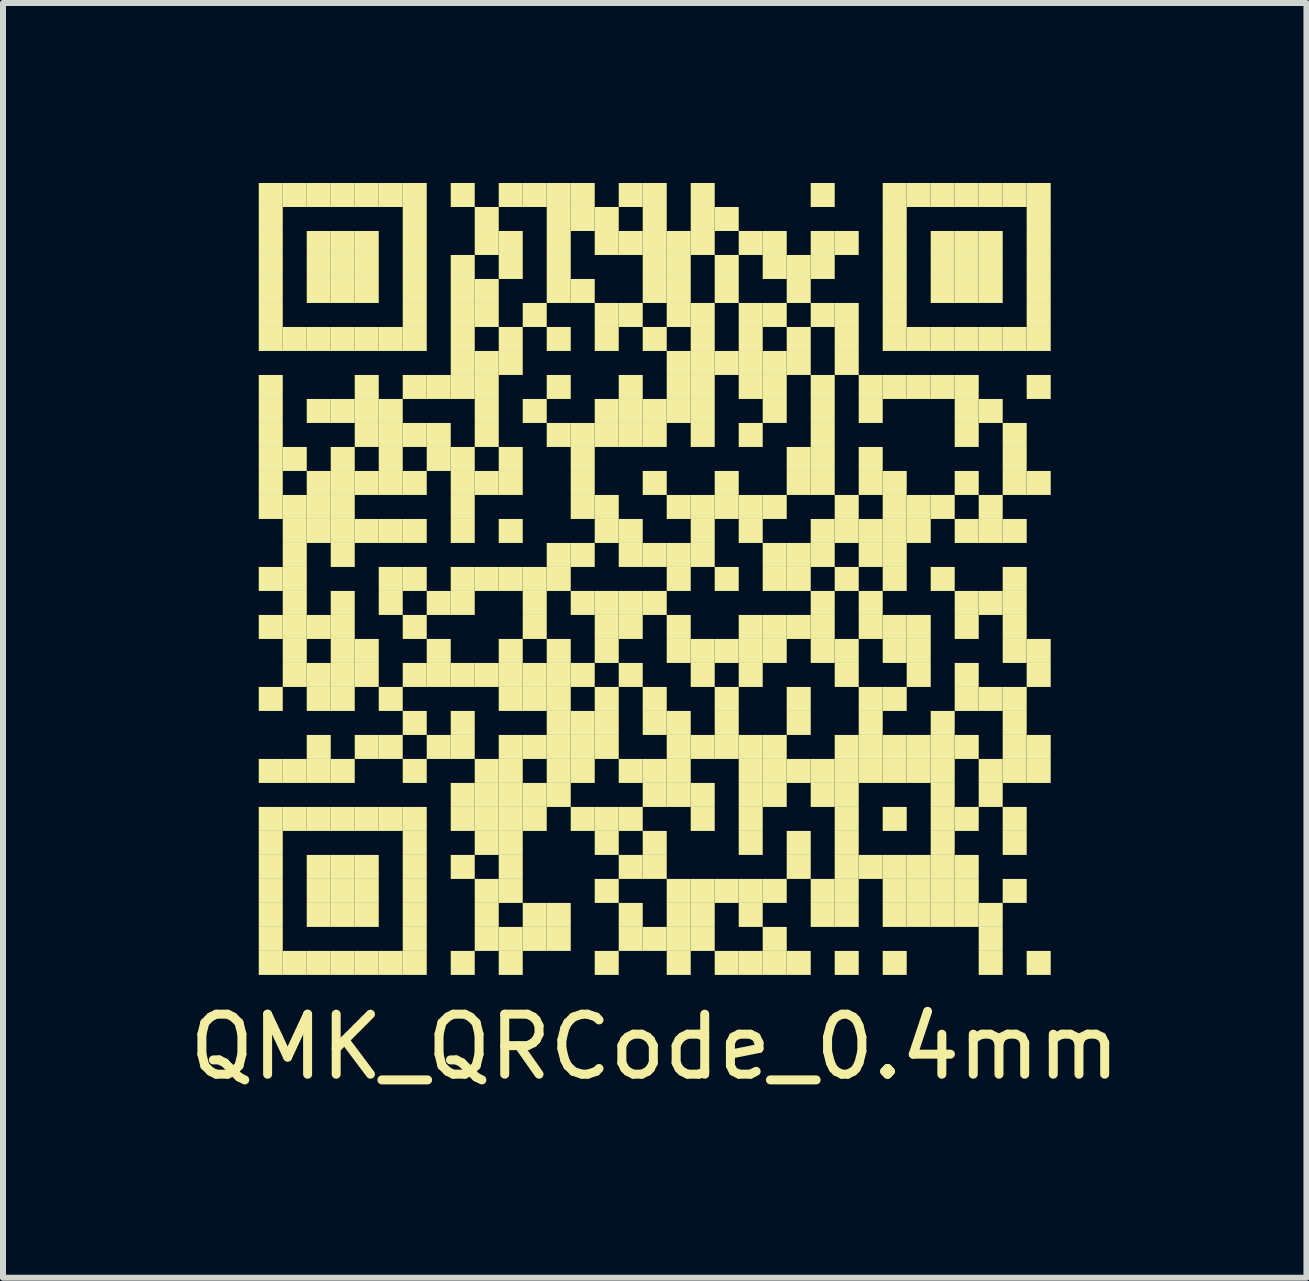
<source format=kicad_pcb>
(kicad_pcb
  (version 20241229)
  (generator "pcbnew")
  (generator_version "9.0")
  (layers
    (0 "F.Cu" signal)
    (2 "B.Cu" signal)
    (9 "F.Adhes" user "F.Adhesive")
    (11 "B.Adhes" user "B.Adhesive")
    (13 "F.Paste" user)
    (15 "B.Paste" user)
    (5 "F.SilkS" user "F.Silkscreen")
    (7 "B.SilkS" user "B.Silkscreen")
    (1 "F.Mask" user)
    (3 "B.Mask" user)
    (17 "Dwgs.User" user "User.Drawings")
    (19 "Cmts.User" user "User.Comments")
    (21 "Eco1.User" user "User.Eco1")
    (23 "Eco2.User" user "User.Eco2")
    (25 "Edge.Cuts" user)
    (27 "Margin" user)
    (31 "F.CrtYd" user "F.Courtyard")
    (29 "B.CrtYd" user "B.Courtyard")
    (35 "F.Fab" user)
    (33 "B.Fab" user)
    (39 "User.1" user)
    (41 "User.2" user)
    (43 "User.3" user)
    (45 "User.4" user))
  (footprint "QMK_QRCode_0.4mm"
    (layer "F.Cu")
    (at 7.863 6.6)
    (property "Reference" "QMK_QRCode_0.4mm" (at 0 7.8 0) (layer "F.SilkS") (effects (font (size 1 1) (thickness 0.15))))
    (attr exclude_from_pos_files exclude_from_bom)
    (fp_poly (pts (xy -6.2 -6.2) (xy -6.2 -6.6) (xy -6.6 -6.6) (xy -6.6 -6.2)) (stroke (width 0) (type solid)) (fill yes) (layer "F.SilkS"))
    (fp_poly (pts (xy -6.2 -5.8) (xy -6.2 -6.2) (xy -6.6 -6.2) (xy -6.6 -5.8)) (stroke (width 0) (type solid)) (fill yes) (layer "F.SilkS"))
    (fp_poly (pts (xy -6.2 -5.4) (xy -6.2 -5.8) (xy -6.6 -5.8) (xy -6.6 -5.4)) (stroke (width 0) (type solid)) (fill yes) (layer "F.SilkS"))
    (fp_poly (pts (xy -6.2 -5) (xy -6.2 -5.4) (xy -6.6 -5.4) (xy -6.6 -5)) (stroke (width 0) (type solid)) (fill yes) (layer "F.SilkS"))
    (fp_poly (pts (xy -6.2 -4.6) (xy -6.2 -5) (xy -6.6 -5) (xy -6.6 -4.6)) (stroke (width 0) (type solid)) (fill yes) (layer "F.SilkS"))
    (fp_poly (pts (xy -6.2 -4.2) (xy -6.2 -4.6) (xy -6.6 -4.6) (xy -6.6 -4.2)) (stroke (width 0) (type solid)) (fill yes) (layer "F.SilkS"))
    (fp_poly (pts (xy -6.2 -3.8) (xy -6.2 -4.2) (xy -6.6 -4.2) (xy -6.6 -3.8)) (stroke (width 0) (type solid)) (fill yes) (layer "F.SilkS"))
    (fp_poly (pts (xy -6.2 -3) (xy -6.2 -3.4) (xy -6.6 -3.4) (xy -6.6 -3)) (stroke (width 0) (type solid)) (fill yes) (layer "F.SilkS"))
    (fp_poly (pts (xy -6.2 -2.6) (xy -6.2 -3) (xy -6.6 -3) (xy -6.6 -2.6)) (stroke (width 0) (type solid)) (fill yes) (layer "F.SilkS"))
    (fp_poly (pts (xy -6.2 -2.2) (xy -6.2 -2.6) (xy -6.6 -2.6) (xy -6.6 -2.2)) (stroke (width 0) (type solid)) (fill yes) (layer "F.SilkS"))
    (fp_poly (pts (xy -6.2 -1.8) (xy -6.2 -2.2) (xy -6.6 -2.2) (xy -6.6 -1.8)) (stroke (width 0) (type solid)) (fill yes) (layer "F.SilkS"))
    (fp_poly (pts (xy -6.2 -1.4) (xy -6.2 -1.8) (xy -6.6 -1.8) (xy -6.6 -1.4)) (stroke (width 0) (type solid)) (fill yes) (layer "F.SilkS"))
    (fp_poly (pts (xy -6.2 -1) (xy -6.2 -1.4) (xy -6.6 -1.4) (xy -6.6 -1)) (stroke (width 0) (type solid)) (fill yes) (layer "F.SilkS"))
    (fp_poly (pts (xy -6.2 0.2) (xy -6.2 -0.2) (xy -6.6 -0.2) (xy -6.6 0.2)) (stroke (width 0) (type solid)) (fill yes) (layer "F.SilkS"))
    (fp_poly (pts (xy -6.2 1) (xy -6.2 0.6) (xy -6.6 0.6) (xy -6.6 1)) (stroke (width 0) (type solid)) (fill yes) (layer "F.SilkS"))
    (fp_poly (pts (xy -6.2 2.2) (xy -6.2 1.8) (xy -6.6 1.8) (xy -6.6 2.2)) (stroke (width 0) (type solid)) (fill yes) (layer "F.SilkS"))
    (fp_poly (pts (xy -6.2 3.4) (xy -6.2 3) (xy -6.6 3) (xy -6.6 3.4)) (stroke (width 0) (type solid)) (fill yes) (layer "F.SilkS"))
    (fp_poly (pts (xy -6.2 4.2) (xy -6.2 3.8) (xy -6.6 3.8) (xy -6.6 4.2)) (stroke (width 0) (type solid)) (fill yes) (layer "F.SilkS"))
    (fp_poly (pts (xy -6.2 4.6) (xy -6.2 4.2) (xy -6.6 4.2) (xy -6.6 4.6)) (stroke (width 0) (type solid)) (fill yes) (layer "F.SilkS"))
    (fp_poly (pts (xy -6.2 5) (xy -6.2 4.6) (xy -6.6 4.6) (xy -6.6 5)) (stroke (width 0) (type solid)) (fill yes) (layer "F.SilkS"))
    (fp_poly (pts (xy -6.2 5.4) (xy -6.2 5) (xy -6.6 5) (xy -6.6 5.4)) (stroke (width 0) (type solid)) (fill yes) (layer "F.SilkS"))
    (fp_poly (pts (xy -6.2 5.8) (xy -6.2 5.4) (xy -6.6 5.4) (xy -6.6 5.8)) (stroke (width 0) (type solid)) (fill yes) (layer "F.SilkS"))
    (fp_poly (pts (xy -6.2 6.2) (xy -6.2 5.8) (xy -6.6 5.8) (xy -6.6 6.2)) (stroke (width 0) (type solid)) (fill yes) (layer "F.SilkS"))
    (fp_poly (pts (xy -6.2 6.6) (xy -6.2 6.2) (xy -6.6 6.2) (xy -6.6 6.6)) (stroke (width 0) (type solid)) (fill yes) (layer "F.SilkS"))
    (fp_poly (pts (xy -5.8 -6.2) (xy -5.8 -6.6) (xy -6.2 -6.6) (xy -6.2 -6.2)) (stroke (width 0) (type solid)) (fill yes) (layer "F.SilkS"))
    (fp_poly (pts (xy -5.8 -3.8) (xy -5.8 -4.2) (xy -6.2 -4.2) (xy -6.2 -3.8)) (stroke (width 0) (type solid)) (fill yes) (layer "F.SilkS"))
    (fp_poly (pts (xy -5.8 -1.8) (xy -5.8 -2.2) (xy -6.2 -2.2) (xy -6.2 -1.8)) (stroke (width 0) (type solid)) (fill yes) (layer "F.SilkS"))
    (fp_poly (pts (xy -5.8 -1) (xy -5.8 -1.4) (xy -6.2 -1.4) (xy -6.2 -1)) (stroke (width 0) (type solid)) (fill yes) (layer "F.SilkS"))
    (fp_poly (pts (xy -5.8 -0.6) (xy -5.8 -1) (xy -6.2 -1) (xy -6.2 -0.6)) (stroke (width 0) (type solid)) (fill yes) (layer "F.SilkS"))
    (fp_poly (pts (xy -5.8 -0.2) (xy -5.8 -0.6) (xy -6.2 -0.6) (xy -6.2 -0.2)) (stroke (width 0) (type solid)) (fill yes) (layer "F.SilkS"))
    (fp_poly (pts (xy -5.8 0.2) (xy -5.8 -0.2) (xy -6.2 -0.2) (xy -6.2 0.2)) (stroke (width 0) (type solid)) (fill yes) (layer "F.SilkS"))
    (fp_poly (pts (xy -5.8 0.6) (xy -5.8 0.2) (xy -6.2 0.2) (xy -6.2 0.6)) (stroke (width 0) (type solid)) (fill yes) (layer "F.SilkS"))
    (fp_poly (pts (xy -5.8 1) (xy -5.8 0.6) (xy -6.2 0.6) (xy -6.2 1)) (stroke (width 0) (type solid)) (fill yes) (layer "F.SilkS"))
    (fp_poly (pts (xy -5.8 1.4) (xy -5.8 1) (xy -6.2 1) (xy -6.2 1.4)) (stroke (width 0) (type solid)) (fill yes) (layer "F.SilkS"))
    (fp_poly (pts (xy -5.8 1.8) (xy -5.8 1.4) (xy -6.2 1.4) (xy -6.2 1.8)) (stroke (width 0) (type solid)) (fill yes) (layer "F.SilkS"))
    (fp_poly (pts (xy -5.8 3.4) (xy -5.8 3) (xy -6.2 3) (xy -6.2 3.4)) (stroke (width 0) (type solid)) (fill yes) (layer "F.SilkS"))
    (fp_poly (pts (xy -5.8 4.2) (xy -5.8 3.8) (xy -6.2 3.8) (xy -6.2 4.2)) (stroke (width 0) (type solid)) (fill yes) (layer "F.SilkS"))
    (fp_poly (pts (xy -5.8 6.6) (xy -5.8 6.2) (xy -6.2 6.2) (xy -6.2 6.6)) (stroke (width 0) (type solid)) (fill yes) (layer "F.SilkS"))
    (fp_poly (pts (xy -5.4 -6.2) (xy -5.4 -6.6) (xy -5.8 -6.6) (xy -5.8 -6.2)) (stroke (width 0) (type solid)) (fill yes) (layer "F.SilkS"))
    (fp_poly (pts (xy -5.4 -5.4) (xy -5.4 -5.8) (xy -5.8 -5.8) (xy -5.8 -5.4)) (stroke (width 0) (type solid)) (fill yes) (layer "F.SilkS"))
    (fp_poly (pts (xy -5.4 -5) (xy -5.4 -5.4) (xy -5.8 -5.4) (xy -5.8 -5)) (stroke (width 0) (type solid)) (fill yes) (layer "F.SilkS"))
    (fp_poly (pts (xy -5.4 -4.6) (xy -5.4 -5) (xy -5.8 -5) (xy -5.8 -4.6)) (stroke (width 0) (type solid)) (fill yes) (layer "F.SilkS"))
    (fp_poly (pts (xy -5.4 -3.8) (xy -5.4 -4.2) (xy -5.8 -4.2) (xy -5.8 -3.8)) (stroke (width 0) (type solid)) (fill yes) (layer "F.SilkS"))
    (fp_poly (pts (xy -5.4 -2.6) (xy -5.4 -3) (xy -5.8 -3) (xy -5.8 -2.6)) (stroke (width 0) (type solid)) (fill yes) (layer "F.SilkS"))
    (fp_poly (pts (xy -5.4 -1.4) (xy -5.4 -1.8) (xy -5.8 -1.8) (xy -5.8 -1.4)) (stroke (width 0) (type solid)) (fill yes) (layer "F.SilkS"))
    (fp_poly (pts (xy -5.4 -1) (xy -5.4 -1.4) (xy -5.8 -1.4) (xy -5.8 -1)) (stroke (width 0) (type solid)) (fill yes) (layer "F.SilkS"))
    (fp_poly (pts (xy -5.4 -0.6) (xy -5.4 -1) (xy -5.8 -1) (xy -5.8 -0.6)) (stroke (width 0) (type solid)) (fill yes) (layer "F.SilkS"))
    (fp_poly (pts (xy -5.4 1) (xy -5.4 0.6) (xy -5.8 0.6) (xy -5.8 1)) (stroke (width 0) (type solid)) (fill yes) (layer "F.SilkS"))
    (fp_poly (pts (xy -5.4 1.8) (xy -5.4 1.4) (xy -5.8 1.4) (xy -5.8 1.8)) (stroke (width 0) (type solid)) (fill yes) (layer "F.SilkS"))
    (fp_poly (pts (xy -5.4 2.2) (xy -5.4 1.8) (xy -5.8 1.8) (xy -5.8 2.2)) (stroke (width 0) (type solid)) (fill yes) (layer "F.SilkS"))
    (fp_poly (pts (xy -5.4 3) (xy -5.4 2.6) (xy -5.8 2.6) (xy -5.8 3)) (stroke (width 0) (type solid)) (fill yes) (layer "F.SilkS"))
    (fp_poly (pts (xy -5.4 3.4) (xy -5.4 3) (xy -5.8 3) (xy -5.8 3.4)) (stroke (width 0) (type solid)) (fill yes) (layer "F.SilkS"))
    (fp_poly (pts (xy -5.4 4.2) (xy -5.4 3.8) (xy -5.8 3.8) (xy -5.8 4.2)) (stroke (width 0) (type solid)) (fill yes) (layer "F.SilkS"))
    (fp_poly (pts (xy -5.4 5) (xy -5.4 4.6) (xy -5.8 4.6) (xy -5.8 5)) (stroke (width 0) (type solid)) (fill yes) (layer "F.SilkS"))
    (fp_poly (pts (xy -5.4 5.4) (xy -5.4 5) (xy -5.8 5) (xy -5.8 5.4)) (stroke (width 0) (type solid)) (fill yes) (layer "F.SilkS"))
    (fp_poly (pts (xy -5.4 5.8) (xy -5.4 5.4) (xy -5.8 5.4) (xy -5.8 5.8)) (stroke (width 0) (type solid)) (fill yes) (layer "F.SilkS"))
    (fp_poly (pts (xy -5.4 6.6) (xy -5.4 6.2) (xy -5.8 6.2) (xy -5.8 6.6)) (stroke (width 0) (type solid)) (fill yes) (layer "F.SilkS"))
    (fp_poly (pts (xy -5 -6.2) (xy -5 -6.6) (xy -5.4 -6.6) (xy -5.4 -6.2)) (stroke (width 0) (type solid)) (fill yes) (layer "F.SilkS"))
    (fp_poly (pts (xy -5 -5.4) (xy -5 -5.8) (xy -5.4 -5.8) (xy -5.4 -5.4)) (stroke (width 0) (type solid)) (fill yes) (layer "F.SilkS"))
    (fp_poly (pts (xy -5 -5) (xy -5 -5.4) (xy -5.4 -5.4) (xy -5.4 -5)) (stroke (width 0) (type solid)) (fill yes) (layer "F.SilkS"))
    (fp_poly (pts (xy -5 -4.6) (xy -5 -5) (xy -5.4 -5) (xy -5.4 -4.6)) (stroke (width 0) (type solid)) (fill yes) (layer "F.SilkS"))
    (fp_poly (pts (xy -5 -3.8) (xy -5 -4.2) (xy -5.4 -4.2) (xy -5.4 -3.8)) (stroke (width 0) (type solid)) (fill yes) (layer "F.SilkS"))
    (fp_poly (pts (xy -5 -2.6) (xy -5 -3) (xy -5.4 -3) (xy -5.4 -2.6)) (stroke (width 0) (type solid)) (fill yes) (layer "F.SilkS"))
    (fp_poly (pts (xy -5 -1.8) (xy -5 -2.2) (xy -5.4 -2.2) (xy -5.4 -1.8)) (stroke (width 0) (type solid)) (fill yes) (layer "F.SilkS"))
    (fp_poly (pts (xy -5 -1.4) (xy -5 -1.8) (xy -5.4 -1.8) (xy -5.4 -1.4)) (stroke (width 0) (type solid)) (fill yes) (layer "F.SilkS"))
    (fp_poly (pts (xy -5 -1) (xy -5 -1.4) (xy -5.4 -1.4) (xy -5.4 -1)) (stroke (width 0) (type solid)) (fill yes) (layer "F.SilkS"))
    (fp_poly (pts (xy -5 -0.6) (xy -5 -1) (xy -5.4 -1) (xy -5.4 -0.6)) (stroke (width 0) (type solid)) (fill yes) (layer "F.SilkS"))
    (fp_poly (pts (xy -5 -0.2) (xy -5 -0.6) (xy -5.4 -0.6) (xy -5.4 -0.2)) (stroke (width 0) (type solid)) (fill yes) (layer "F.SilkS"))
    (fp_poly (pts (xy -5 0.6) (xy -5 0.2) (xy -5.4 0.2) (xy -5.4 0.6)) (stroke (width 0) (type solid)) (fill yes) (layer "F.SilkS"))
    (fp_poly (pts (xy -5 1) (xy -5 0.6) (xy -5.4 0.6) (xy -5.4 1)) (stroke (width 0) (type solid)) (fill yes) (layer "F.SilkS"))
    (fp_poly (pts (xy -5 1.4) (xy -5 1) (xy -5.4 1) (xy -5.4 1.4)) (stroke (width 0) (type solid)) (fill yes) (layer "F.SilkS"))
    (fp_poly (pts (xy -5 1.8) (xy -5 1.4) (xy -5.4 1.4) (xy -5.4 1.8)) (stroke (width 0) (type solid)) (fill yes) (layer "F.SilkS"))
    (fp_poly (pts (xy -5 2.2) (xy -5 1.8) (xy -5.4 1.8) (xy -5.4 2.2)) (stroke (width 0) (type solid)) (fill yes) (layer "F.SilkS"))
    (fp_poly (pts (xy -5 3.4) (xy -5 3) (xy -5.4 3) (xy -5.4 3.4)) (stroke (width 0) (type solid)) (fill yes) (layer "F.SilkS"))
    (fp_poly (pts (xy -5 4.2) (xy -5 3.8) (xy -5.4 3.8) (xy -5.4 4.2)) (stroke (width 0) (type solid)) (fill yes) (layer "F.SilkS"))
    (fp_poly (pts (xy -5 5) (xy -5 4.6) (xy -5.4 4.6) (xy -5.4 5)) (stroke (width 0) (type solid)) (fill yes) (layer "F.SilkS"))
    (fp_poly (pts (xy -5 5.4) (xy -5 5) (xy -5.4 5) (xy -5.4 5.4)) (stroke (width 0) (type solid)) (fill yes) (layer "F.SilkS"))
    (fp_poly (pts (xy -5 5.8) (xy -5 5.4) (xy -5.4 5.4) (xy -5.4 5.8)) (stroke (width 0) (type solid)) (fill yes) (layer "F.SilkS"))
    (fp_poly (pts (xy -5 6.6) (xy -5 6.2) (xy -5.4 6.2) (xy -5.4 6.6)) (stroke (width 0) (type solid)) (fill yes) (layer "F.SilkS"))
    (fp_poly (pts (xy -4.6 -6.2) (xy -4.6 -6.6) (xy -5 -6.6) (xy -5 -6.2)) (stroke (width 0) (type solid)) (fill yes) (layer "F.SilkS"))
    (fp_poly (pts (xy -4.6 -5.4) (xy -4.6 -5.8) (xy -5 -5.8) (xy -5 -5.4)) (stroke (width 0) (type solid)) (fill yes) (layer "F.SilkS"))
    (fp_poly (pts (xy -4.6 -5) (xy -4.6 -5.4) (xy -5 -5.4) (xy -5 -5)) (stroke (width 0) (type solid)) (fill yes) (layer "F.SilkS"))
    (fp_poly (pts (xy -4.6 -4.6) (xy -4.6 -5) (xy -5 -5) (xy -5 -4.6)) (stroke (width 0) (type solid)) (fill yes) (layer "F.SilkS"))
    (fp_poly (pts (xy -4.6 -3.8) (xy -4.6 -4.2) (xy -5 -4.2) (xy -5 -3.8)) (stroke (width 0) (type solid)) (fill yes) (layer "F.SilkS"))
    (fp_poly (pts (xy -4.6 -3) (xy -4.6 -3.4) (xy -5 -3.4) (xy -5 -3)) (stroke (width 0) (type solid)) (fill yes) (layer "F.SilkS"))
    (fp_poly (pts (xy -4.6 -2.6) (xy -4.6 -3) (xy -5 -3) (xy -5 -2.6)) (stroke (width 0) (type solid)) (fill yes) (layer "F.SilkS"))
    (fp_poly (pts (xy -4.6 -2.2) (xy -4.6 -2.6) (xy -5 -2.6) (xy -5 -2.2)) (stroke (width 0) (type solid)) (fill yes) (layer "F.SilkS"))
    (fp_poly (pts (xy -4.6 -1.4) (xy -4.6 -1.8) (xy -5 -1.8) (xy -5 -1.4)) (stroke (width 0) (type solid)) (fill yes) (layer "F.SilkS"))
    (fp_poly (pts (xy -4.6 -0.6) (xy -4.6 -1) (xy -5 -1) (xy -5 -0.6)) (stroke (width 0) (type solid)) (fill yes) (layer "F.SilkS"))
    (fp_poly (pts (xy -4.6 1.4) (xy -4.6 1) (xy -5 1) (xy -5 1.4)) (stroke (width 0) (type solid)) (fill yes) (layer "F.SilkS"))
    (fp_poly (pts (xy -4.6 1.8) (xy -4.6 1.4) (xy -5 1.4) (xy -5 1.8)) (stroke (width 0) (type solid)) (fill yes) (layer "F.SilkS"))
    (fp_poly (pts (xy -4.6 3) (xy -4.6 2.6) (xy -5 2.6) (xy -5 3)) (stroke (width 0) (type solid)) (fill yes) (layer "F.SilkS"))
    (fp_poly (pts (xy -4.6 4.2) (xy -4.6 3.8) (xy -5 3.8) (xy -5 4.2)) (stroke (width 0) (type solid)) (fill yes) (layer "F.SilkS"))
    (fp_poly (pts (xy -4.6 5) (xy -4.6 4.6) (xy -5 4.6) (xy -5 5)) (stroke (width 0) (type solid)) (fill yes) (layer "F.SilkS"))
    (fp_poly (pts (xy -4.6 5.4) (xy -4.6 5) (xy -5 5) (xy -5 5.4)) (stroke (width 0) (type solid)) (fill yes) (layer "F.SilkS"))
    (fp_poly (pts (xy -4.6 5.8) (xy -4.6 5.4) (xy -5 5.4) (xy -5 5.8)) (stroke (width 0) (type solid)) (fill yes) (layer "F.SilkS"))
    (fp_poly (pts (xy -4.6 6.6) (xy -4.6 6.2) (xy -5 6.2) (xy -5 6.6)) (stroke (width 0) (type solid)) (fill yes) (layer "F.SilkS"))
    (fp_poly (pts (xy -4.2 -6.2) (xy -4.2 -6.6) (xy -4.6 -6.6) (xy -4.6 -6.2)) (stroke (width 0) (type solid)) (fill yes) (layer "F.SilkS"))
    (fp_poly (pts (xy -4.2 -3.8) (xy -4.2 -4.2) (xy -4.6 -4.2) (xy -4.6 -3.8)) (stroke (width 0) (type solid)) (fill yes) (layer "F.SilkS"))
    (fp_poly (pts (xy -4.2 -2.6) (xy -4.2 -3) (xy -4.6 -3) (xy -4.6 -2.6)) (stroke (width 0) (type solid)) (fill yes) (layer "F.SilkS"))
    (fp_poly (pts (xy -4.2 -2.2) (xy -4.2 -2.6) (xy -4.6 -2.6) (xy -4.6 -2.2)) (stroke (width 0) (type solid)) (fill yes) (layer "F.SilkS"))
    (fp_poly (pts (xy -4.2 -1.8) (xy -4.2 -2.2) (xy -4.6 -2.2) (xy -4.6 -1.8)) (stroke (width 0) (type solid)) (fill yes) (layer "F.SilkS"))
    (fp_poly (pts (xy -4.2 -1.4) (xy -4.2 -1.8) (xy -4.6 -1.8) (xy -4.6 -1.4)) (stroke (width 0) (type solid)) (fill yes) (layer "F.SilkS"))
    (fp_poly (pts (xy -4.2 -0.6) (xy -4.2 -1) (xy -4.6 -1) (xy -4.6 -0.6)) (stroke (width 0) (type solid)) (fill yes) (layer "F.SilkS"))
    (fp_poly (pts (xy -4.2 0.2) (xy -4.2 -0.2) (xy -4.6 -0.2) (xy -4.6 0.2)) (stroke (width 0) (type solid)) (fill yes) (layer "F.SilkS"))
    (fp_poly (pts (xy -4.2 0.6) (xy -4.2 0.2) (xy -4.6 0.2) (xy -4.6 0.6)) (stroke (width 0) (type solid)) (fill yes) (layer "F.SilkS"))
    (fp_poly (pts (xy -4.2 2.2) (xy -4.2 1.8) (xy -4.6 1.8) (xy -4.6 2.2)) (stroke (width 0) (type solid)) (fill yes) (layer "F.SilkS"))
    (fp_poly (pts (xy -4.2 3) (xy -4.2 2.6) (xy -4.6 2.6) (xy -4.6 3)) (stroke (width 0) (type solid)) (fill yes) (layer "F.SilkS"))
    (fp_poly (pts (xy -4.2 4.2) (xy -4.2 3.8) (xy -4.6 3.8) (xy -4.6 4.2)) (stroke (width 0) (type solid)) (fill yes) (layer "F.SilkS"))
    (fp_poly (pts (xy -4.2 6.6) (xy -4.2 6.2) (xy -4.6 6.2) (xy -4.6 6.6)) (stroke (width 0) (type solid)) (fill yes) (layer "F.SilkS"))
    (fp_poly (pts (xy -3.8 -6.2) (xy -3.8 -6.6) (xy -4.2 -6.6) (xy -4.2 -6.2)) (stroke (width 0) (type solid)) (fill yes) (layer "F.SilkS"))
    (fp_poly (pts (xy -3.8 -5.8) (xy -3.8 -6.2) (xy -4.2 -6.2) (xy -4.2 -5.8)) (stroke (width 0) (type solid)) (fill yes) (layer "F.SilkS"))
    (fp_poly (pts (xy -3.8 -5.4) (xy -3.8 -5.8) (xy -4.2 -5.8) (xy -4.2 -5.4)) (stroke (width 0) (type solid)) (fill yes) (layer "F.SilkS"))
    (fp_poly (pts (xy -3.8 -5) (xy -3.8 -5.4) (xy -4.2 -5.4) (xy -4.2 -5)) (stroke (width 0) (type solid)) (fill yes) (layer "F.SilkS"))
    (fp_poly (pts (xy -3.8 -4.6) (xy -3.8 -5) (xy -4.2 -5) (xy -4.2 -4.6)) (stroke (width 0) (type solid)) (fill yes) (layer "F.SilkS"))
    (fp_poly (pts (xy -3.8 -4.2) (xy -3.8 -4.6) (xy -4.2 -4.6) (xy -4.2 -4.2)) (stroke (width 0) (type solid)) (fill yes) (layer "F.SilkS"))
    (fp_poly (pts (xy -3.8 -3.8) (xy -3.8 -4.2) (xy -4.2 -4.2) (xy -4.2 -3.8)) (stroke (width 0) (type solid)) (fill yes) (layer "F.SilkS"))
    (fp_poly (pts (xy -3.8 -3) (xy -3.8 -3.4) (xy -4.2 -3.4) (xy -4.2 -3)) (stroke (width 0) (type solid)) (fill yes) (layer "F.SilkS"))
    (fp_poly (pts (xy -3.8 -2.2) (xy -3.8 -2.6) (xy -4.2 -2.6) (xy -4.2 -2.2)) (stroke (width 0) (type solid)) (fill yes) (layer "F.SilkS"))
    (fp_poly (pts (xy -3.8 -1.4) (xy -3.8 -1.8) (xy -4.2 -1.8) (xy -4.2 -1.4)) (stroke (width 0) (type solid)) (fill yes) (layer "F.SilkS"))
    (fp_poly (pts (xy -3.8 -0.6) (xy -3.8 -1) (xy -4.2 -1) (xy -4.2 -0.6)) (stroke (width 0) (type solid)) (fill yes) (layer "F.SilkS"))
    (fp_poly (pts (xy -3.8 0.2) (xy -3.8 -0.2) (xy -4.2 -0.2) (xy -4.2 0.2)) (stroke (width 0) (type solid)) (fill yes) (layer "F.SilkS"))
    (fp_poly (pts (xy -3.8 1) (xy -3.8 0.6) (xy -4.2 0.6) (xy -4.2 1)) (stroke (width 0) (type solid)) (fill yes) (layer "F.SilkS"))
    (fp_poly (pts (xy -3.8 1.8) (xy -3.8 1.4) (xy -4.2 1.4) (xy -4.2 1.8)) (stroke (width 0) (type solid)) (fill yes) (layer "F.SilkS"))
    (fp_poly (pts (xy -3.8 2.6) (xy -3.8 2.2) (xy -4.2 2.2) (xy -4.2 2.6)) (stroke (width 0) (type solid)) (fill yes) (layer "F.SilkS"))
    (fp_poly (pts (xy -3.8 3.4) (xy -3.8 3) (xy -4.2 3) (xy -4.2 3.4)) (stroke (width 0) (type solid)) (fill yes) (layer "F.SilkS"))
    (fp_poly (pts (xy -3.8 4.2) (xy -3.8 3.8) (xy -4.2 3.8) (xy -4.2 4.2)) (stroke (width 0) (type solid)) (fill yes) (layer "F.SilkS"))
    (fp_poly (pts (xy -3.8 4.6) (xy -3.8 4.2) (xy -4.2 4.2) (xy -4.2 4.6)) (stroke (width 0) (type solid)) (fill yes) (layer "F.SilkS"))
    (fp_poly (pts (xy -3.8 5) (xy -3.8 4.6) (xy -4.2 4.6) (xy -4.2 5)) (stroke (width 0) (type solid)) (fill yes) (layer "F.SilkS"))
    (fp_poly (pts (xy -3.8 5.4) (xy -3.8 5) (xy -4.2 5) (xy -4.2 5.4)) (stroke (width 0) (type solid)) (fill yes) (layer "F.SilkS"))
    (fp_poly (pts (xy -3.8 5.8) (xy -3.8 5.4) (xy -4.2 5.4) (xy -4.2 5.8)) (stroke (width 0) (type solid)) (fill yes) (layer "F.SilkS"))
    (fp_poly (pts (xy -3.8 6.2) (xy -3.8 5.8) (xy -4.2 5.8) (xy -4.2 6.2)) (stroke (width 0) (type solid)) (fill yes) (layer "F.SilkS"))
    (fp_poly (pts (xy -3.8 6.6) (xy -3.8 6.2) (xy -4.2 6.2) (xy -4.2 6.6)) (stroke (width 0) (type solid)) (fill yes) (layer "F.SilkS"))
    (fp_poly (pts (xy -3.4 -3) (xy -3.4 -3.4) (xy -3.8 -3.4) (xy -3.8 -3)) (stroke (width 0) (type solid)) (fill yes) (layer "F.SilkS"))
    (fp_poly (pts (xy -3.4 -2.2) (xy -3.4 -2.6) (xy -3.8 -2.6) (xy -3.8 -2.2)) (stroke (width 0) (type solid)) (fill yes) (layer "F.SilkS"))
    (fp_poly (pts (xy -3.4 -1.8) (xy -3.4 -2.2) (xy -3.8 -2.2) (xy -3.8 -1.8)) (stroke (width 0) (type solid)) (fill yes) (layer "F.SilkS"))
    (fp_poly (pts (xy -3.4 0.6) (xy -3.4 0.2) (xy -3.8 0.2) (xy -3.8 0.6)) (stroke (width 0) (type solid)) (fill yes) (layer "F.SilkS"))
    (fp_poly (pts (xy -3.4 1.4) (xy -3.4 1) (xy -3.8 1) (xy -3.8 1.4)) (stroke (width 0) (type solid)) (fill yes) (layer "F.SilkS"))
    (fp_poly (pts (xy -3.4 1.8) (xy -3.4 1.4) (xy -3.8 1.4) (xy -3.8 1.8)) (stroke (width 0) (type solid)) (fill yes) (layer "F.SilkS"))
    (fp_poly (pts (xy -3.4 3) (xy -3.4 2.6) (xy -3.8 2.6) (xy -3.8 3)) (stroke (width 0) (type solid)) (fill yes) (layer "F.SilkS"))
    (fp_poly (pts (xy -3 -6.2) (xy -3 -6.6) (xy -3.4 -6.6) (xy -3.4 -6.2)) (stroke (width 0) (type solid)) (fill yes) (layer "F.SilkS"))
    (fp_poly (pts (xy -3 -5) (xy -3 -5.4) (xy -3.4 -5.4) (xy -3.4 -5)) (stroke (width 0) (type solid)) (fill yes) (layer "F.SilkS"))
    (fp_poly (pts (xy -3 -4.6) (xy -3 -5) (xy -3.4 -5) (xy -3.4 -4.6)) (stroke (width 0) (type solid)) (fill yes) (layer "F.SilkS"))
    (fp_poly (pts (xy -3 -4.2) (xy -3 -4.6) (xy -3.4 -4.6) (xy -3.4 -4.2)) (stroke (width 0) (type solid)) (fill yes) (layer "F.SilkS"))
    (fp_poly (pts (xy -3 -3.8) (xy -3 -4.2) (xy -3.4 -4.2) (xy -3.4 -3.8)) (stroke (width 0) (type solid)) (fill yes) (layer "F.SilkS"))
    (fp_poly (pts (xy -3 -3.4) (xy -3 -3.8) (xy -3.4 -3.8) (xy -3.4 -3.4)) (stroke (width 0) (type solid)) (fill yes) (layer "F.SilkS"))
    (fp_poly (pts (xy -3 -3) (xy -3 -3.4) (xy -3.4 -3.4) (xy -3.4 -3)) (stroke (width 0) (type solid)) (fill yes) (layer "F.SilkS"))
    (fp_poly (pts (xy -3 -1.8) (xy -3 -2.2) (xy -3.4 -2.2) (xy -3.4 -1.8)) (stroke (width 0) (type solid)) (fill yes) (layer "F.SilkS"))
    (fp_poly (pts (xy -3 -1.4) (xy -3 -1.8) (xy -3.4 -1.8) (xy -3.4 -1.4)) (stroke (width 0) (type solid)) (fill yes) (layer "F.SilkS"))
    (fp_poly (pts (xy -3 -1) (xy -3 -1.4) (xy -3.4 -1.4) (xy -3.4 -1)) (stroke (width 0) (type solid)) (fill yes) (layer "F.SilkS"))
    (fp_poly (pts (xy -3 -0.6) (xy -3 -1) (xy -3.4 -1) (xy -3.4 -0.6)) (stroke (width 0) (type solid)) (fill yes) (layer "F.SilkS"))
    (fp_poly (pts (xy -3 0.2) (xy -3 -0.2) (xy -3.4 -0.2) (xy -3.4 0.2)) (stroke (width 0) (type solid)) (fill yes) (layer "F.SilkS"))
    (fp_poly (pts (xy -3 0.6) (xy -3 0.2) (xy -3.4 0.2) (xy -3.4 0.6)) (stroke (width 0) (type solid)) (fill yes) (layer "F.SilkS"))
    (fp_poly (pts (xy -3 1.8) (xy -3 1.4) (xy -3.4 1.4) (xy -3.4 1.8)) (stroke (width 0) (type solid)) (fill yes) (layer "F.SilkS"))
    (fp_poly (pts (xy -3 2.6) (xy -3 2.2) (xy -3.4 2.2) (xy -3.4 2.6)) (stroke (width 0) (type solid)) (fill yes) (layer "F.SilkS"))
    (fp_poly (pts (xy -3 3) (xy -3 2.6) (xy -3.4 2.6) (xy -3.4 3)) (stroke (width 0) (type solid)) (fill yes) (layer "F.SilkS"))
    (fp_poly (pts (xy -3 3.8) (xy -3 3.4) (xy -3.4 3.4) (xy -3.4 3.8)) (stroke (width 0) (type solid)) (fill yes) (layer "F.SilkS"))
    (fp_poly (pts (xy -3 4.2) (xy -3 3.8) (xy -3.4 3.8) (xy -3.4 4.2)) (stroke (width 0) (type solid)) (fill yes) (layer "F.SilkS"))
    (fp_poly (pts (xy -3 5) (xy -3 4.6) (xy -3.4 4.6) (xy -3.4 5)) (stroke (width 0) (type solid)) (fill yes) (layer "F.SilkS"))
    (fp_poly (pts (xy -3 6.6) (xy -3 6.2) (xy -3.4 6.2) (xy -3.4 6.6)) (stroke (width 0) (type solid)) (fill yes) (layer "F.SilkS"))
    (fp_poly (pts (xy -2.6 -5.8) (xy -2.6 -6.2) (xy -3 -6.2) (xy -3 -5.8)) (stroke (width 0) (type solid)) (fill yes) (layer "F.SilkS"))
    (fp_poly (pts (xy -2.6 -5.4) (xy -2.6 -5.8) (xy -3 -5.8) (xy -3 -5.4)) (stroke (width 0) (type solid)) (fill yes) (layer "F.SilkS"))
    (fp_poly (pts (xy -2.6 -4.6) (xy -2.6 -5) (xy -3 -5) (xy -3 -4.6)) (stroke (width 0) (type solid)) (fill yes) (layer "F.SilkS"))
    (fp_poly (pts (xy -2.6 -4.2) (xy -2.6 -4.6) (xy -3 -4.6) (xy -3 -4.2)) (stroke (width 0) (type solid)) (fill yes) (layer "F.SilkS"))
    (fp_poly (pts (xy -2.6 -3.4) (xy -2.6 -3.8) (xy -3 -3.8) (xy -3 -3.4)) (stroke (width 0) (type solid)) (fill yes) (layer "F.SilkS"))
    (fp_poly (pts (xy -2.6 -3) (xy -2.6 -3.4) (xy -3 -3.4) (xy -3 -3)) (stroke (width 0) (type solid)) (fill yes) (layer "F.SilkS"))
    (fp_poly (pts (xy -2.6 -2.6) (xy -2.6 -3) (xy -3 -3) (xy -3 -2.6)) (stroke (width 0) (type solid)) (fill yes) (layer "F.SilkS"))
    (fp_poly (pts (xy -2.6 -2.2) (xy -2.6 -2.6) (xy -3 -2.6) (xy -3 -2.2)) (stroke (width 0) (type solid)) (fill yes) (layer "F.SilkS"))
    (fp_poly (pts (xy -2.6 -1.4) (xy -2.6 -1.8) (xy -3 -1.8) (xy -3 -1.4)) (stroke (width 0) (type solid)) (fill yes) (layer "F.SilkS"))
    (fp_poly (pts (xy -2.6 0.2) (xy -2.6 -0.2) (xy -3 -0.2) (xy -3 0.2)) (stroke (width 0) (type solid)) (fill yes) (layer "F.SilkS"))
    (fp_poly (pts (xy -2.6 1.8) (xy -2.6 1.4) (xy -3 1.4) (xy -3 1.8)) (stroke (width 0) (type solid)) (fill yes) (layer "F.SilkS"))
    (fp_poly (pts (xy -2.6 3.4) (xy -2.6 3) (xy -3 3) (xy -3 3.4)) (stroke (width 0) (type solid)) (fill yes) (layer "F.SilkS"))
    (fp_poly (pts (xy -2.6 3.8) (xy -2.6 3.4) (xy -3 3.4) (xy -3 3.8)) (stroke (width 0) (type solid)) (fill yes) (layer "F.SilkS"))
    (fp_poly (pts (xy -2.6 4.2) (xy -2.6 3.8) (xy -3 3.8) (xy -3 4.2)) (stroke (width 0) (type solid)) (fill yes) (layer "F.SilkS"))
    (fp_poly (pts (xy -2.6 4.6) (xy -2.6 4.2) (xy -3 4.2) (xy -3 4.6)) (stroke (width 0) (type solid)) (fill yes) (layer "F.SilkS"))
    (fp_poly (pts (xy -2.6 5.4) (xy -2.6 5) (xy -3 5) (xy -3 5.4)) (stroke (width 0) (type solid)) (fill yes) (layer "F.SilkS"))
    (fp_poly (pts (xy -2.6 5.8) (xy -2.6 5.4) (xy -3 5.4) (xy -3 5.8)) (stroke (width 0) (type solid)) (fill yes) (layer "F.SilkS"))
    (fp_poly (pts (xy -2.6 6.2) (xy -2.6 5.8) (xy -3 5.8) (xy -3 6.2)) (stroke (width 0) (type solid)) (fill yes) (layer "F.SilkS"))
    (fp_poly (pts (xy -2.2 -6.2) (xy -2.2 -6.6) (xy -2.6 -6.6) (xy -2.6 -6.2)) (stroke (width 0) (type solid)) (fill yes) (layer "F.SilkS"))
    (fp_poly (pts (xy -2.2 -5.4) (xy -2.2 -5.8) (xy -2.6 -5.8) (xy -2.6 -5.4)) (stroke (width 0) (type solid)) (fill yes) (layer "F.SilkS"))
    (fp_poly (pts (xy -2.2 -5) (xy -2.2 -5.4) (xy -2.6 -5.4) (xy -2.6 -5)) (stroke (width 0) (type solid)) (fill yes) (layer "F.SilkS"))
    (fp_poly (pts (xy -2.2 -3.8) (xy -2.2 -4.2) (xy -2.6 -4.2) (xy -2.6 -3.8)) (stroke (width 0) (type solid)) (fill yes) (layer "F.SilkS"))
    (fp_poly (pts (xy -2.2 -3.4) (xy -2.2 -3.8) (xy -2.6 -3.8) (xy -2.6 -3.4)) (stroke (width 0) (type solid)) (fill yes) (layer "F.SilkS"))
    (fp_poly (pts (xy -2.2 -1.8) (xy -2.2 -2.2) (xy -2.6 -2.2) (xy -2.6 -1.8)) (stroke (width 0) (type solid)) (fill yes) (layer "F.SilkS"))
    (fp_poly (pts (xy -2.2 -1.4) (xy -2.2 -1.8) (xy -2.6 -1.8) (xy -2.6 -1.4)) (stroke (width 0) (type solid)) (fill yes) (layer "F.SilkS"))
    (fp_poly (pts (xy -2.2 -0.6) (xy -2.2 -1) (xy -2.6 -1) (xy -2.6 -0.6)) (stroke (width 0) (type solid)) (fill yes) (layer "F.SilkS"))
    (fp_poly (pts (xy -2.2 0.2) (xy -2.2 -0.2) (xy -2.6 -0.2) (xy -2.6 0.2)) (stroke (width 0) (type solid)) (fill yes) (layer "F.SilkS"))
    (fp_poly (pts (xy -2.2 1.4) (xy -2.2 1) (xy -2.6 1) (xy -2.6 1.4)) (stroke (width 0) (type solid)) (fill yes) (layer "F.SilkS"))
    (fp_poly (pts (xy -2.2 1.8) (xy -2.2 1.4) (xy -2.6 1.4) (xy -2.6 1.8)) (stroke (width 0) (type solid)) (fill yes) (layer "F.SilkS"))
    (fp_poly (pts (xy -2.2 2.2) (xy -2.2 1.8) (xy -2.6 1.8) (xy -2.6 2.2)) (stroke (width 0) (type solid)) (fill yes) (layer "F.SilkS"))
    (fp_poly (pts (xy -2.2 3) (xy -2.2 2.6) (xy -2.6 2.6) (xy -2.6 3)) (stroke (width 0) (type solid)) (fill yes) (layer "F.SilkS"))
    (fp_poly (pts (xy -2.2 3.4) (xy -2.2 3) (xy -2.6 3) (xy -2.6 3.4)) (stroke (width 0) (type solid)) (fill yes) (layer "F.SilkS"))
    (fp_poly (pts (xy -2.2 3.8) (xy -2.2 3.4) (xy -2.6 3.4) (xy -2.6 3.8)) (stroke (width 0) (type solid)) (fill yes) (layer "F.SilkS"))
    (fp_poly (pts (xy -2.2 4.2) (xy -2.2 3.8) (xy -2.6 3.8) (xy -2.6 4.2)) (stroke (width 0) (type solid)) (fill yes) (layer "F.SilkS"))
    (fp_poly (pts (xy -2.2 4.6) (xy -2.2 4.2) (xy -2.6 4.2) (xy -2.6 4.6)) (stroke (width 0) (type solid)) (fill yes) (layer "F.SilkS"))
    (fp_poly (pts (xy -2.2 5) (xy -2.2 4.6) (xy -2.6 4.6) (xy -2.6 5)) (stroke (width 0) (type solid)) (fill yes) (layer "F.SilkS"))
    (fp_poly (pts (xy -2.2 5.4) (xy -2.2 5) (xy -2.6 5) (xy -2.6 5.4)) (stroke (width 0) (type solid)) (fill yes) (layer "F.SilkS"))
    (fp_poly (pts (xy -2.2 6.2) (xy -2.2 5.8) (xy -2.6 5.8) (xy -2.6 6.2)) (stroke (width 0) (type solid)) (fill yes) (layer "F.SilkS"))
    (fp_poly (pts (xy -2.2 6.6) (xy -2.2 6.2) (xy -2.6 6.2) (xy -2.6 6.6)) (stroke (width 0) (type solid)) (fill yes) (layer "F.SilkS"))
    (fp_poly (pts (xy -1.8 -6.2) (xy -1.8 -6.6) (xy -2.2 -6.6) (xy -2.2 -6.2)) (stroke (width 0) (type solid)) (fill yes) (layer "F.SilkS"))
    (fp_poly (pts (xy -1.8 -4.2) (xy -1.8 -4.6) (xy -2.2 -4.6) (xy -2.2 -4.2)) (stroke (width 0) (type solid)) (fill yes) (layer "F.SilkS"))
    (fp_poly (pts (xy -1.8 -2.6) (xy -1.8 -3) (xy -2.2 -3) (xy -2.2 -2.6)) (stroke (width 0) (type solid)) (fill yes) (layer "F.SilkS"))
    (fp_poly (pts (xy -1.8 0.2) (xy -1.8 -0.2) (xy -2.2 -0.2) (xy -2.2 0.2)) (stroke (width 0) (type solid)) (fill yes) (layer "F.SilkS"))
    (fp_poly (pts (xy -1.8 0.6) (xy -1.8 0.2) (xy -2.2 0.2) (xy -2.2 0.6)) (stroke (width 0) (type solid)) (fill yes) (layer "F.SilkS"))
    (fp_poly (pts (xy -1.8 1) (xy -1.8 0.6) (xy -2.2 0.6) (xy -2.2 1)) (stroke (width 0) (type solid)) (fill yes) (layer "F.SilkS"))
    (fp_poly (pts (xy -1.8 1.8) (xy -1.8 1.4) (xy -2.2 1.4) (xy -2.2 1.8)) (stroke (width 0) (type solid)) (fill yes) (layer "F.SilkS"))
    (fp_poly (pts (xy -1.8 2.2) (xy -1.8 1.8) (xy -2.2 1.8) (xy -2.2 2.2)) (stroke (width 0) (type solid)) (fill yes) (layer "F.SilkS"))
    (fp_poly (pts (xy -1.8 3) (xy -1.8 2.6) (xy -2.2 2.6) (xy -2.2 3)) (stroke (width 0) (type solid)) (fill yes) (layer "F.SilkS"))
    (fp_poly (pts (xy -1.8 3.8) (xy -1.8 3.4) (xy -2.2 3.4) (xy -2.2 3.8)) (stroke (width 0) (type solid)) (fill yes) (layer "F.SilkS"))
    (fp_poly (pts (xy -1.8 4.2) (xy -1.8 3.8) (xy -2.2 3.8) (xy -2.2 4.2)) (stroke (width 0) (type solid)) (fill yes) (layer "F.SilkS"))
    (fp_poly (pts (xy -1.8 5.8) (xy -1.8 5.4) (xy -2.2 5.4) (xy -2.2 5.8)) (stroke (width 0) (type solid)) (fill yes) (layer "F.SilkS"))
    (fp_poly (pts (xy -1.8 6.2) (xy -1.8 5.8) (xy -2.2 5.8) (xy -2.2 6.2)) (stroke (width 0) (type solid)) (fill yes) (layer "F.SilkS"))
    (fp_poly (pts (xy -1.4 -6.2) (xy -1.4 -6.6) (xy -1.8 -6.6) (xy -1.8 -6.2)) (stroke (width 0) (type solid)) (fill yes) (layer "F.SilkS"))
    (fp_poly (pts (xy -1.4 -5.8) (xy -1.4 -6.2) (xy -1.8 -6.2) (xy -1.8 -5.8)) (stroke (width 0) (type solid)) (fill yes) (layer "F.SilkS"))
    (fp_poly (pts (xy -1.4 -5.4) (xy -1.4 -5.8) (xy -1.8 -5.8) (xy -1.8 -5.4)) (stroke (width 0) (type solid)) (fill yes) (layer "F.SilkS"))
    (fp_poly (pts (xy -1.4 -5) (xy -1.4 -5.4) (xy -1.8 -5.4) (xy -1.8 -5)) (stroke (width 0) (type solid)) (fill yes) (layer "F.SilkS"))
    (fp_poly (pts (xy -1.4 -4.6) (xy -1.4 -5) (xy -1.8 -5) (xy -1.8 -4.6)) (stroke (width 0) (type solid)) (fill yes) (layer "F.SilkS"))
    (fp_poly (pts (xy -1.4 -3.8) (xy -1.4 -4.2) (xy -1.8 -4.2) (xy -1.8 -3.8)) (stroke (width 0) (type solid)) (fill yes) (layer "F.SilkS"))
    (fp_poly (pts (xy -1.4 -3) (xy -1.4 -3.4) (xy -1.8 -3.4) (xy -1.8 -3)) (stroke (width 0) (type solid)) (fill yes) (layer "F.SilkS"))
    (fp_poly (pts (xy -1.4 -2.2) (xy -1.4 -2.6) (xy -1.8 -2.6) (xy -1.8 -2.2)) (stroke (width 0) (type solid)) (fill yes) (layer "F.SilkS"))
    (fp_poly (pts (xy -1.4 -0.2) (xy -1.4 -0.6) (xy -1.8 -0.6) (xy -1.8 -0.2)) (stroke (width 0) (type solid)) (fill yes) (layer "F.SilkS"))
    (fp_poly (pts (xy -1.4 0.2) (xy -1.4 -0.2) (xy -1.8 -0.2) (xy -1.8 0.2)) (stroke (width 0) (type solid)) (fill yes) (layer "F.SilkS"))
    (fp_poly (pts (xy -1.4 1.4) (xy -1.4 1) (xy -1.8 1) (xy -1.8 1.4)) (stroke (width 0) (type solid)) (fill yes) (layer "F.SilkS"))
    (fp_poly (pts (xy -1.4 1.8) (xy -1.4 1.4) (xy -1.8 1.4) (xy -1.8 1.8)) (stroke (width 0) (type solid)) (fill yes) (layer "F.SilkS"))
    (fp_poly (pts (xy -1.4 2.2) (xy -1.4 1.8) (xy -1.8 1.8) (xy -1.8 2.2)) (stroke (width 0) (type solid)) (fill yes) (layer "F.SilkS"))
    (fp_poly (pts (xy -1.4 2.6) (xy -1.4 2.2) (xy -1.8 2.2) (xy -1.8 2.6)) (stroke (width 0) (type solid)) (fill yes) (layer "F.SilkS"))
    (fp_poly (pts (xy -1.4 3) (xy -1.4 2.6) (xy -1.8 2.6) (xy -1.8 3)) (stroke (width 0) (type solid)) (fill yes) (layer "F.SilkS"))
    (fp_poly (pts (xy -1.4 3.4) (xy -1.4 3) (xy -1.8 3) (xy -1.8 3.4)) (stroke (width 0) (type solid)) (fill yes) (layer "F.SilkS"))
    (fp_poly (pts (xy -1.4 3.8) (xy -1.4 3.4) (xy -1.8 3.4) (xy -1.8 3.8)) (stroke (width 0) (type solid)) (fill yes) (layer "F.SilkS"))
    (fp_poly (pts (xy -1.4 5.8) (xy -1.4 5.4) (xy -1.8 5.4) (xy -1.8 5.8)) (stroke (width 0) (type solid)) (fill yes) (layer "F.SilkS"))
    (fp_poly (pts (xy -1.4 6.2) (xy -1.4 5.8) (xy -1.8 5.8) (xy -1.8 6.2)) (stroke (width 0) (type solid)) (fill yes) (layer "F.SilkS"))
    (fp_poly (pts (xy -1 -6.2) (xy -1 -6.6) (xy -1.4 -6.6) (xy -1.4 -6.2)) (stroke (width 0) (type solid)) (fill yes) (layer "F.SilkS"))
    (fp_poly (pts (xy -1 -5.8) (xy -1 -6.2) (xy -1.4 -6.2) (xy -1.4 -5.8)) (stroke (width 0) (type solid)) (fill yes) (layer "F.SilkS"))
    (fp_poly (pts (xy -1 -4.6) (xy -1 -5) (xy -1.4 -5) (xy -1.4 -4.6)) (stroke (width 0) (type solid)) (fill yes) (layer "F.SilkS"))
    (fp_poly (pts (xy -1 -2.2) (xy -1 -2.6) (xy -1.4 -2.6) (xy -1.4 -2.2)) (stroke (width 0) (type solid)) (fill yes) (layer "F.SilkS"))
    (fp_poly (pts (xy -1 -1.8) (xy -1 -2.2) (xy -1.4 -2.2) (xy -1.4 -1.8)) (stroke (width 0) (type solid)) (fill yes) (layer "F.SilkS"))
    (fp_poly (pts (xy -1 -1.4) (xy -1 -1.8) (xy -1.4 -1.8) (xy -1.4 -1.4)) (stroke (width 0) (type solid)) (fill yes) (layer "F.SilkS"))
    (fp_poly (pts (xy -1 -1) (xy -1 -1.4) (xy -1.4 -1.4) (xy -1.4 -1)) (stroke (width 0) (type solid)) (fill yes) (layer "F.SilkS"))
    (fp_poly (pts (xy -1 -0.2) (xy -1 -0.6) (xy -1.4 -0.6) (xy -1.4 -0.2)) (stroke (width 0) (type solid)) (fill yes) (layer "F.SilkS"))
    (fp_poly (pts (xy -1 0.6) (xy -1 0.2) (xy -1.4 0.2) (xy -1.4 0.6)) (stroke (width 0) (type solid)) (fill yes) (layer "F.SilkS"))
    (fp_poly (pts (xy -1 1.8) (xy -1 1.4) (xy -1.4 1.4) (xy -1.4 1.8)) (stroke (width 0) (type solid)) (fill yes) (layer "F.SilkS"))
    (fp_poly (pts (xy -1 2.6) (xy -1 2.2) (xy -1.4 2.2) (xy -1.4 2.6)) (stroke (width 0) (type solid)) (fill yes) (layer "F.SilkS"))
    (fp_poly (pts (xy -1 3) (xy -1 2.6) (xy -1.4 2.6) (xy -1.4 3)) (stroke (width 0) (type solid)) (fill yes) (layer "F.SilkS"))
    (fp_poly (pts (xy -1 3.4) (xy -1 3) (xy -1.4 3) (xy -1.4 3.4)) (stroke (width 0) (type solid)) (fill yes) (layer "F.SilkS"))
    (fp_poly (pts (xy -1 4.2) (xy -1 3.8) (xy -1.4 3.8) (xy -1.4 4.2)) (stroke (width 0) (type solid)) (fill yes) (layer "F.SilkS"))
    (fp_poly (pts (xy -0.6 -5.8) (xy -0.6 -6.2) (xy -1 -6.2) (xy -1 -5.8)) (stroke (width 0) (type solid)) (fill yes) (layer "F.SilkS"))
    (fp_poly (pts (xy -0.6 -5.4) (xy -0.6 -5.8) (xy -1 -5.8) (xy -1 -5.4)) (stroke (width 0) (type solid)) (fill yes) (layer "F.SilkS"))
    (fp_poly (pts (xy -0.6 -4.2) (xy -0.6 -4.6) (xy -1 -4.6) (xy -1 -4.2)) (stroke (width 0) (type solid)) (fill yes) (layer "F.SilkS"))
    (fp_poly (pts (xy -0.6 -3.8) (xy -0.6 -4.2) (xy -1 -4.2) (xy -1 -3.8)) (stroke (width 0) (type solid)) (fill yes) (layer "F.SilkS"))
    (fp_poly (pts (xy -0.6 -2.6) (xy -0.6 -3) (xy -1 -3) (xy -1 -2.6)) (stroke (width 0) (type solid)) (fill yes) (layer "F.SilkS"))
    (fp_poly (pts (xy -0.6 -2.2) (xy -0.6 -2.6) (xy -1 -2.6) (xy -1 -2.2)) (stroke (width 0) (type solid)) (fill yes) (layer "F.SilkS"))
    (fp_poly (pts (xy -0.6 -1) (xy -0.6 -1.4) (xy -1 -1.4) (xy -1 -1)) (stroke (width 0) (type solid)) (fill yes) (layer "F.SilkS"))
    (fp_poly (pts (xy -0.6 -0.6) (xy -0.6 -1) (xy -1 -1) (xy -1 -0.6)) (stroke (width 0) (type solid)) (fill yes) (layer "F.SilkS"))
    (fp_poly (pts (xy -0.6 0.6) (xy -0.6 0.2) (xy -1 0.2) (xy -1 0.6)) (stroke (width 0) (type solid)) (fill yes) (layer "F.SilkS"))
    (fp_poly (pts (xy -0.6 1) (xy -0.6 0.6) (xy -1 0.6) (xy -1 1)) (stroke (width 0) (type solid)) (fill yes) (layer "F.SilkS"))
    (fp_poly (pts (xy -0.6 1.4) (xy -0.6 1) (xy -1 1) (xy -1 1.4)) (stroke (width 0) (type solid)) (fill yes) (layer "F.SilkS"))
    (fp_poly (pts (xy -0.6 2.2) (xy -0.6 1.8) (xy -1 1.8) (xy -1 2.2)) (stroke (width 0) (type solid)) (fill yes) (layer "F.SilkS"))
    (fp_poly (pts (xy -0.6 2.6) (xy -0.6 2.2) (xy -1 2.2) (xy -1 2.6)) (stroke (width 0) (type solid)) (fill yes) (layer "F.SilkS"))
    (fp_poly (pts (xy -0.6 3) (xy -0.6 2.6) (xy -1 2.6) (xy -1 3)) (stroke (width 0) (type solid)) (fill yes) (layer "F.SilkS"))
    (fp_poly (pts (xy -0.6 4.2) (xy -0.6 3.8) (xy -1 3.8) (xy -1 4.2)) (stroke (width 0) (type solid)) (fill yes) (layer "F.SilkS"))
    (fp_poly (pts (xy -0.6 4.6) (xy -0.6 4.2) (xy -1 4.2) (xy -1 4.6)) (stroke (width 0) (type solid)) (fill yes) (layer "F.SilkS"))
    (fp_poly (pts (xy -0.6 5.4) (xy -0.6 5) (xy -1 5) (xy -1 5.4)) (stroke (width 0) (type solid)) (fill yes) (layer "F.SilkS"))
    (fp_poly (pts (xy -0.6 6.6) (xy -0.6 6.2) (xy -1 6.2) (xy -1 6.6)) (stroke (width 0) (type solid)) (fill yes) (layer "F.SilkS"))
    (fp_poly (pts (xy -0.2 -6.2) (xy -0.2 -6.6) (xy -0.6 -6.6) (xy -0.6 -6.2)) (stroke (width 0) (type solid)) (fill yes) (layer "F.SilkS"))
    (fp_poly (pts (xy -0.2 -5.4) (xy -0.2 -5.8) (xy -0.6 -5.8) (xy -0.6 -5.4)) (stroke (width 0) (type solid)) (fill yes) (layer "F.SilkS"))
    (fp_poly (pts (xy -0.2 -4.2) (xy -0.2 -4.6) (xy -0.6 -4.6) (xy -0.6 -4.2)) (stroke (width 0) (type solid)) (fill yes) (layer "F.SilkS"))
    (fp_poly (pts (xy -0.2 -3) (xy -0.2 -3.4) (xy -0.6 -3.4) (xy -0.6 -3)) (stroke (width 0) (type solid)) (fill yes) (layer "F.SilkS"))
    (fp_poly (pts (xy -0.2 -2.6) (xy -0.2 -3) (xy -0.6 -3) (xy -0.6 -2.6)) (stroke (width 0) (type solid)) (fill yes) (layer "F.SilkS"))
    (fp_poly (pts (xy -0.2 -2.2) (xy -0.2 -2.6) (xy -0.6 -2.6) (xy -0.6 -2.2)) (stroke (width 0) (type solid)) (fill yes) (layer "F.SilkS"))
    (fp_poly (pts (xy -0.2 -0.6) (xy -0.2 -1) (xy -0.6 -1) (xy -0.6 -0.6)) (stroke (width 0) (type solid)) (fill yes) (layer "F.SilkS"))
    (fp_poly (pts (xy -0.2 -0.2) (xy -0.2 -0.6) (xy -0.6 -0.6) (xy -0.6 -0.2)) (stroke (width 0) (type solid)) (fill yes) (layer "F.SilkS"))
    (fp_poly (pts (xy -0.2 0.6) (xy -0.2 0.2) (xy -0.6 0.2) (xy -0.6 0.6)) (stroke (width 0) (type solid)) (fill yes) (layer "F.SilkS"))
    (fp_poly (pts (xy -0.2 1) (xy -0.2 0.6) (xy -0.6 0.6) (xy -0.6 1)) (stroke (width 0) (type solid)) (fill yes) (layer "F.SilkS"))
    (fp_poly (pts (xy -0.2 1.8) (xy -0.2 1.4) (xy -0.6 1.4) (xy -0.6 1.8)) (stroke (width 0) (type solid)) (fill yes) (layer "F.SilkS"))
    (fp_poly (pts (xy -0.2 3.4) (xy -0.2 3) (xy -0.6 3) (xy -0.6 3.4)) (stroke (width 0) (type solid)) (fill yes) (layer "F.SilkS"))
    (fp_poly (pts (xy -0.2 4.2) (xy -0.2 3.8) (xy -0.6 3.8) (xy -0.6 4.2)) (stroke (width 0) (type solid)) (fill yes) (layer "F.SilkS"))
    (fp_poly (pts (xy -0.2 5) (xy -0.2 4.6) (xy -0.6 4.6) (xy -0.6 5)) (stroke (width 0) (type solid)) (fill yes) (layer "F.SilkS"))
    (fp_poly (pts (xy -0.2 5.8) (xy -0.2 5.4) (xy -0.6 5.4) (xy -0.6 5.8)) (stroke (width 0) (type solid)) (fill yes) (layer "F.SilkS"))
    (fp_poly (pts (xy -0.2 6.2) (xy -0.2 5.8) (xy -0.6 5.8) (xy -0.6 6.2)) (stroke (width 0) (type solid)) (fill yes) (layer "F.SilkS"))
    (fp_poly (pts (xy 0.2 -6.2) (xy 0.2 -6.6) (xy -0.2 -6.6) (xy -0.2 -6.2)) (stroke (width 0) (type solid)) (fill yes) (layer "F.SilkS"))
    (fp_poly (pts (xy 0.2 -5.8) (xy 0.2 -6.2) (xy -0.2 -6.2) (xy -0.2 -5.8)) (stroke (width 0) (type solid)) (fill yes) (layer "F.SilkS"))
    (fp_poly (pts (xy 0.2 -5.4) (xy 0.2 -5.8) (xy -0.2 -5.8) (xy -0.2 -5.4)) (stroke (width 0) (type solid)) (fill yes) (layer "F.SilkS"))
    (fp_poly (pts (xy 0.2 -5) (xy 0.2 -5.4) (xy -0.2 -5.4) (xy -0.2 -5)) (stroke (width 0) (type solid)) (fill yes) (layer "F.SilkS"))
    (fp_poly (pts (xy 0.2 -4.6) (xy 0.2 -5) (xy -0.2 -5) (xy -0.2 -4.6)) (stroke (width 0) (type solid)) (fill yes) (layer "F.SilkS"))
    (fp_poly (pts (xy 0.2 -3.8) (xy 0.2 -4.2) (xy -0.2 -4.2) (xy -0.2 -3.8)) (stroke (width 0) (type solid)) (fill yes) (layer "F.SilkS"))
    (fp_poly (pts (xy 0.2 -2.6) (xy 0.2 -3) (xy -0.2 -3) (xy -0.2 -2.6)) (stroke (width 0) (type solid)) (fill yes) (layer "F.SilkS"))
    (fp_poly (pts (xy 0.2 -2.2) (xy 0.2 -2.6) (xy -0.2 -2.6) (xy -0.2 -2.2)) (stroke (width 0) (type solid)) (fill yes) (layer "F.SilkS"))
    (fp_poly (pts (xy 0.2 -1.4) (xy 0.2 -1.8) (xy -0.2 -1.8) (xy -0.2 -1.4)) (stroke (width 0) (type solid)) (fill yes) (layer "F.SilkS"))
    (fp_poly (pts (xy 0.2 -0.2) (xy 0.2 -0.6) (xy -0.2 -0.6) (xy -0.2 -0.2)) (stroke (width 0) (type solid)) (fill yes) (layer "F.SilkS"))
    (fp_poly (pts (xy 0.2 0.6) (xy 0.2 0.2) (xy -0.2 0.2) (xy -0.2 0.6)) (stroke (width 0) (type solid)) (fill yes) (layer "F.SilkS"))
    (fp_poly (pts (xy 0.2 2.2) (xy 0.2 1.8) (xy -0.2 1.8) (xy -0.2 2.2)) (stroke (width 0) (type solid)) (fill yes) (layer "F.SilkS"))
    (fp_poly (pts (xy 0.2 2.6) (xy 0.2 2.2) (xy -0.2 2.2) (xy -0.2 2.6)) (stroke (width 0) (type solid)) (fill yes) (layer "F.SilkS"))
    (fp_poly (pts (xy 0.2 3.4) (xy 0.2 3) (xy -0.2 3) (xy -0.2 3.4)) (stroke (width 0) (type solid)) (fill yes) (layer "F.SilkS"))
    (fp_poly (pts (xy 0.2 3.8) (xy 0.2 3.4) (xy -0.2 3.4) (xy -0.2 3.8)) (stroke (width 0) (type solid)) (fill yes) (layer "F.SilkS"))
    (fp_poly (pts (xy 0.2 4.6) (xy 0.2 4.2) (xy -0.2 4.2) (xy -0.2 4.6)) (stroke (width 0) (type solid)) (fill yes) (layer "F.SilkS"))
    (fp_poly (pts (xy 0.2 5) (xy 0.2 4.6) (xy -0.2 4.6) (xy -0.2 5)) (stroke (width 0) (type solid)) (fill yes) (layer "F.SilkS"))
    (fp_poly (pts (xy 0.2 6.2) (xy 0.2 5.8) (xy -0.2 5.8) (xy -0.2 6.2)) (stroke (width 0) (type solid)) (fill yes) (layer "F.SilkS"))
    (fp_poly (pts (xy 0.6 -5.4) (xy 0.6 -5.8) (xy 0.2 -5.8) (xy 0.2 -5.4)) (stroke (width 0) (type solid)) (fill yes) (layer "F.SilkS"))
    (fp_poly (pts (xy 0.6 -5) (xy 0.6 -5.4) (xy 0.2 -5.4) (xy 0.2 -5)) (stroke (width 0) (type solid)) (fill yes) (layer "F.SilkS"))
    (fp_poly (pts (xy 0.6 -4.6) (xy 0.6 -5) (xy 0.2 -5) (xy 0.2 -4.6)) (stroke (width 0) (type solid)) (fill yes) (layer "F.SilkS"))
    (fp_poly (pts (xy 0.6 -4.2) (xy 0.6 -4.6) (xy 0.2 -4.6) (xy 0.2 -4.2)) (stroke (width 0) (type solid)) (fill yes) (layer "F.SilkS"))
    (fp_poly (pts (xy 0.6 -3.4) (xy 0.6 -3.8) (xy 0.2 -3.8) (xy 0.2 -3.4)) (stroke (width 0) (type solid)) (fill yes) (layer "F.SilkS"))
    (fp_poly (pts (xy 0.6 -3) (xy 0.6 -3.4) (xy 0.2 -3.4) (xy 0.2 -3)) (stroke (width 0) (type solid)) (fill yes) (layer "F.SilkS"))
    (fp_poly (pts (xy 0.6 -2.6) (xy 0.6 -3) (xy 0.2 -3) (xy 0.2 -2.6)) (stroke (width 0) (type solid)) (fill yes) (layer "F.SilkS"))
    (fp_poly (pts (xy 0.6 -1) (xy 0.6 -1.4) (xy 0.2 -1.4) (xy 0.2 -1)) (stroke (width 0) (type solid)) (fill yes) (layer "F.SilkS"))
    (fp_poly (pts (xy 0.6 -0.2) (xy 0.6 -0.6) (xy 0.2 -0.6) (xy 0.2 -0.2)) (stroke (width 0) (type solid)) (fill yes) (layer "F.SilkS"))
    (fp_poly (pts (xy 0.6 0.2) (xy 0.6 -0.2) (xy 0.2 -0.2) (xy 0.2 0.2)) (stroke (width 0) (type solid)) (fill yes) (layer "F.SilkS"))
    (fp_poly (pts (xy 0.6 1) (xy 0.6 0.6) (xy 0.2 0.6) (xy 0.2 1)) (stroke (width 0) (type solid)) (fill yes) (layer "F.SilkS"))
    (fp_poly (pts (xy 0.6 1.4) (xy 0.6 1) (xy 0.2 1) (xy 0.2 1.4)) (stroke (width 0) (type solid)) (fill yes) (layer "F.SilkS"))
    (fp_poly (pts (xy 0.6 2.6) (xy 0.6 2.2) (xy 0.2 2.2) (xy 0.2 2.6)) (stroke (width 0) (type solid)) (fill yes) (layer "F.SilkS"))
    (fp_poly (pts (xy 0.6 3) (xy 0.6 2.6) (xy 0.2 2.6) (xy 0.2 3)) (stroke (width 0) (type solid)) (fill yes) (layer "F.SilkS"))
    (fp_poly (pts (xy 0.6 3.4) (xy 0.6 3) (xy 0.2 3) (xy 0.2 3.4)) (stroke (width 0) (type solid)) (fill yes) (layer "F.SilkS"))
    (fp_poly (pts (xy 0.6 3.8) (xy 0.6 3.4) (xy 0.2 3.4) (xy 0.2 3.8)) (stroke (width 0) (type solid)) (fill yes) (layer "F.SilkS"))
    (fp_poly (pts (xy 0.6 5.4) (xy 0.6 5) (xy 0.2 5) (xy 0.2 5.4)) (stroke (width 0) (type solid)) (fill yes) (layer "F.SilkS"))
    (fp_poly (pts (xy 0.6 5.8) (xy 0.6 5.4) (xy 0.2 5.4) (xy 0.2 5.8)) (stroke (width 0) (type solid)) (fill yes) (layer "F.SilkS"))
    (fp_poly (pts (xy 0.6 6.2) (xy 0.6 5.8) (xy 0.2 5.8) (xy 0.2 6.2)) (stroke (width 0) (type solid)) (fill yes) (layer "F.SilkS"))
    (fp_poly (pts (xy 0.6 6.6) (xy 0.6 6.2) (xy 0.2 6.2) (xy 0.2 6.6)) (stroke (width 0) (type solid)) (fill yes) (layer "F.SilkS"))
    (fp_poly (pts (xy 1 -6.2) (xy 1 -6.6) (xy 0.6 -6.6) (xy 0.6 -6.2)) (stroke (width 0) (type solid)) (fill yes) (layer "F.SilkS"))
    (fp_poly (pts (xy 1 -5.8) (xy 1 -6.2) (xy 0.6 -6.2) (xy 0.6 -5.8)) (stroke (width 0) (type solid)) (fill yes) (layer "F.SilkS"))
    (fp_poly (pts (xy 1 -5.4) (xy 1 -5.8) (xy 0.6 -5.8) (xy 0.6 -5.4)) (stroke (width 0) (type solid)) (fill yes) (layer "F.SilkS"))
    (fp_poly (pts (xy 1 -4.2) (xy 1 -4.6) (xy 0.6 -4.6) (xy 0.6 -4.2)) (stroke (width 0) (type solid)) (fill yes) (layer "F.SilkS"))
    (fp_poly (pts (xy 1 -3.8) (xy 1 -4.2) (xy 0.6 -4.2) (xy 0.6 -3.8)) (stroke (width 0) (type solid)) (fill yes) (layer "F.SilkS"))
    (fp_poly (pts (xy 1 -3.4) (xy 1 -3.8) (xy 0.6 -3.8) (xy 0.6 -3.4)) (stroke (width 0) (type solid)) (fill yes) (layer "F.SilkS"))
    (fp_poly (pts (xy 1 -3) (xy 1 -3.4) (xy 0.6 -3.4) (xy 0.6 -3)) (stroke (width 0) (type solid)) (fill yes) (layer "F.SilkS"))
    (fp_poly (pts (xy 1 -2.6) (xy 1 -3) (xy 0.6 -3) (xy 0.6 -2.6)) (stroke (width 0) (type solid)) (fill yes) (layer "F.SilkS"))
    (fp_poly (pts (xy 1 -2.2) (xy 1 -2.6) (xy 0.6 -2.6) (xy 0.6 -2.2)) (stroke (width 0) (type solid)) (fill yes) (layer "F.SilkS"))
    (fp_poly (pts (xy 1 -1) (xy 1 -1.4) (xy 0.6 -1.4) (xy 0.6 -1)) (stroke (width 0) (type solid)) (fill yes) (layer "F.SilkS"))
    (fp_poly (pts (xy 1 -0.6) (xy 1 -1) (xy 0.6 -1) (xy 0.6 -0.6)) (stroke (width 0) (type solid)) (fill yes) (layer "F.SilkS"))
    (fp_poly (pts (xy 1 -0.2) (xy 1 -0.6) (xy 0.6 -0.6) (xy 0.6 -0.2)) (stroke (width 0) (type solid)) (fill yes) (layer "F.SilkS"))
    (fp_poly (pts (xy 1 1.4) (xy 1 1) (xy 0.6 1) (xy 0.6 1.4)) (stroke (width 0) (type solid)) (fill yes) (layer "F.SilkS"))
    (fp_poly (pts (xy 1 1.8) (xy 1 1.4) (xy 0.6 1.4) (xy 0.6 1.8)) (stroke (width 0) (type solid)) (fill yes) (layer "F.SilkS"))
    (fp_poly (pts (xy 1 3) (xy 1 2.6) (xy 0.6 2.6) (xy 0.6 3)) (stroke (width 0) (type solid)) (fill yes) (layer "F.SilkS"))
    (fp_poly (pts (xy 1 3.8) (xy 1 3.4) (xy 0.6 3.4) (xy 0.6 3.8)) (stroke (width 0) (type solid)) (fill yes) (layer "F.SilkS"))
    (fp_poly (pts (xy 1 4.2) (xy 1 3.8) (xy 0.6 3.8) (xy 0.6 4.2)) (stroke (width 0) (type solid)) (fill yes) (layer "F.SilkS"))
    (fp_poly (pts (xy 1 5.4) (xy 1 5) (xy 0.6 5) (xy 0.6 5.4)) (stroke (width 0) (type solid)) (fill yes) (layer "F.SilkS"))
    (fp_poly (pts (xy 1 5.8) (xy 1 5.4) (xy 0.6 5.4) (xy 0.6 5.8)) (stroke (width 0) (type solid)) (fill yes) (layer "F.SilkS"))
    (fp_poly (pts (xy 1 6.2) (xy 1 5.8) (xy 0.6 5.8) (xy 0.6 6.2)) (stroke (width 0) (type solid)) (fill yes) (layer "F.SilkS"))
    (fp_poly (pts (xy 1.4 -5.8) (xy 1.4 -6.2) (xy 1 -6.2) (xy 1 -5.8)) (stroke (width 0) (type solid)) (fill yes) (layer "F.SilkS"))
    (fp_poly (pts (xy 1.4 -5) (xy 1.4 -5.4) (xy 1 -5.4) (xy 1 -5)) (stroke (width 0) (type solid)) (fill yes) (layer "F.SilkS"))
    (fp_poly (pts (xy 1.4 -4.6) (xy 1.4 -5) (xy 1 -5) (xy 1 -4.6)) (stroke (width 0) (type solid)) (fill yes) (layer "F.SilkS"))
    (fp_poly (pts (xy 1.4 -3.4) (xy 1.4 -3.8) (xy 1 -3.8) (xy 1 -3.4)) (stroke (width 0) (type solid)) (fill yes) (layer "F.SilkS"))
    (fp_poly (pts (xy 1.4 -1.4) (xy 1.4 -1.8) (xy 1 -1.8) (xy 1 -1.4)) (stroke (width 0) (type solid)) (fill yes) (layer "F.SilkS"))
    (fp_poly (pts (xy 1.4 -1) (xy 1.4 -1.4) (xy 1 -1.4) (xy 1 -1)) (stroke (width 0) (type solid)) (fill yes) (layer "F.SilkS"))
    (fp_poly (pts (xy 1.4 0.2) (xy 1.4 -0.2) (xy 1 -0.2) (xy 1 0.2)) (stroke (width 0) (type solid)) (fill yes) (layer "F.SilkS"))
    (fp_poly (pts (xy 1.4 1.4) (xy 1.4 1) (xy 1 1) (xy 1 1.4)) (stroke (width 0) (type solid)) (fill yes) (layer "F.SilkS"))
    (fp_poly (pts (xy 1.4 2.2) (xy 1.4 1.8) (xy 1 1.8) (xy 1 2.2)) (stroke (width 0) (type solid)) (fill yes) (layer "F.SilkS"))
    (fp_poly (pts (xy 1.4 2.6) (xy 1.4 2.2) (xy 1 2.2) (xy 1 2.6)) (stroke (width 0) (type solid)) (fill yes) (layer "F.SilkS"))
    (fp_poly (pts (xy 1.4 3) (xy 1.4 2.6) (xy 1 2.6) (xy 1 3)) (stroke (width 0) (type solid)) (fill yes) (layer "F.SilkS"))
    (fp_poly (pts (xy 1.4 5.4) (xy 1.4 5) (xy 1 5) (xy 1 5.4)) (stroke (width 0) (type solid)) (fill yes) (layer "F.SilkS"))
    (fp_poly (pts (xy 1.4 6.6) (xy 1.4 6.2) (xy 1 6.2) (xy 1 6.6)) (stroke (width 0) (type solid)) (fill yes) (layer "F.SilkS"))
    (fp_poly (pts (xy 1.8 -5.4) (xy 1.8 -5.8) (xy 1.4 -5.8) (xy 1.4 -5.4)) (stroke (width 0) (type solid)) (fill yes) (layer "F.SilkS"))
    (fp_poly (pts (xy 1.8 -4.2) (xy 1.8 -4.6) (xy 1.4 -4.6) (xy 1.4 -4.2)) (stroke (width 0) (type solid)) (fill yes) (layer "F.SilkS"))
    (fp_poly (pts (xy 1.8 -3.8) (xy 1.8 -4.2) (xy 1.4 -4.2) (xy 1.4 -3.8)) (stroke (width 0) (type solid)) (fill yes) (layer "F.SilkS"))
    (fp_poly (pts (xy 1.8 -3.4) (xy 1.8 -3.8) (xy 1.4 -3.8) (xy 1.4 -3.4)) (stroke (width 0) (type solid)) (fill yes) (layer "F.SilkS"))
    (fp_poly (pts (xy 1.8 -3) (xy 1.8 -3.4) (xy 1.4 -3.4) (xy 1.4 -3)) (stroke (width 0) (type solid)) (fill yes) (layer "F.SilkS"))
    (fp_poly (pts (xy 1.8 -2.2) (xy 1.8 -2.6) (xy 1.4 -2.6) (xy 1.4 -2.2)) (stroke (width 0) (type solid)) (fill yes) (layer "F.SilkS"))
    (fp_poly (pts (xy 1.8 -1) (xy 1.8 -1.4) (xy 1.4 -1.4) (xy 1.4 -1)) (stroke (width 0) (type solid)) (fill yes) (layer "F.SilkS"))
    (fp_poly (pts (xy 1.8 -0.6) (xy 1.8 -1) (xy 1.4 -1) (xy 1.4 -0.6)) (stroke (width 0) (type solid)) (fill yes) (layer "F.SilkS"))
    (fp_poly (pts (xy 1.8 1) (xy 1.8 0.6) (xy 1.4 0.6) (xy 1.4 1)) (stroke (width 0) (type solid)) (fill yes) (layer "F.SilkS"))
    (fp_poly (pts (xy 1.8 1.4) (xy 1.8 1) (xy 1.4 1) (xy 1.4 1.4)) (stroke (width 0) (type solid)) (fill yes) (layer "F.SilkS"))
    (fp_poly (pts (xy 1.8 1.8) (xy 1.8 1.4) (xy 1.4 1.4) (xy 1.4 1.8)) (stroke (width 0) (type solid)) (fill yes) (layer "F.SilkS"))
    (fp_poly (pts (xy 1.8 3) (xy 1.8 2.6) (xy 1.4 2.6) (xy 1.4 3)) (stroke (width 0) (type solid)) (fill yes) (layer "F.SilkS"))
    (fp_poly (pts (xy 1.8 3.4) (xy 1.8 3) (xy 1.4 3) (xy 1.4 3.4)) (stroke (width 0) (type solid)) (fill yes) (layer "F.SilkS"))
    (fp_poly (pts (xy 1.8 3.8) (xy 1.8 3.4) (xy 1.4 3.4) (xy 1.4 3.8)) (stroke (width 0) (type solid)) (fill yes) (layer "F.SilkS"))
    (fp_poly (pts (xy 1.8 4.2) (xy 1.8 3.8) (xy 1.4 3.8) (xy 1.4 4.2)) (stroke (width 0) (type solid)) (fill yes) (layer "F.SilkS"))
    (fp_poly (pts (xy 1.8 4.6) (xy 1.8 4.2) (xy 1.4 4.2) (xy 1.4 4.6)) (stroke (width 0) (type solid)) (fill yes) (layer "F.SilkS"))
    (fp_poly (pts (xy 1.8 5.4) (xy 1.8 5) (xy 1.4 5) (xy 1.4 5.4)) (stroke (width 0) (type solid)) (fill yes) (layer "F.SilkS"))
    (fp_poly (pts (xy 1.8 5.8) (xy 1.8 5.4) (xy 1.4 5.4) (xy 1.4 5.8)) (stroke (width 0) (type solid)) (fill yes) (layer "F.SilkS"))
    (fp_poly (pts (xy 1.8 6.6) (xy 1.8 6.2) (xy 1.4 6.2) (xy 1.4 6.6)) (stroke (width 0) (type solid)) (fill yes) (layer "F.SilkS"))
    (fp_poly (pts (xy 2.2 -5.4) (xy 2.2 -5.8) (xy 1.8 -5.8) (xy 1.8 -5.4)) (stroke (width 0) (type solid)) (fill yes) (layer "F.SilkS"))
    (fp_poly (pts (xy 2.2 -5) (xy 2.2 -5.4) (xy 1.8 -5.4) (xy 1.8 -5)) (stroke (width 0) (type solid)) (fill yes) (layer "F.SilkS"))
    (fp_poly (pts (xy 2.2 -4.2) (xy 2.2 -4.6) (xy 1.8 -4.6) (xy 1.8 -4.2)) (stroke (width 0) (type solid)) (fill yes) (layer "F.SilkS"))
    (fp_poly (pts (xy 2.2 -3.4) (xy 2.2 -3.8) (xy 1.8 -3.8) (xy 1.8 -3.4)) (stroke (width 0) (type solid)) (fill yes) (layer "F.SilkS"))
    (fp_poly (pts (xy 2.2 -3) (xy 2.2 -3.4) (xy 1.8 -3.4) (xy 1.8 -3)) (stroke (width 0) (type solid)) (fill yes) (layer "F.SilkS"))
    (fp_poly (pts (xy 2.2 -2.6) (xy 2.2 -3) (xy 1.8 -3) (xy 1.8 -2.6)) (stroke (width 0) (type solid)) (fill yes) (layer "F.SilkS"))
    (fp_poly (pts (xy 2.2 -1) (xy 2.2 -1.4) (xy 1.8 -1.4) (xy 1.8 -1)) (stroke (width 0) (type solid)) (fill yes) (layer "F.SilkS"))
    (fp_poly (pts (xy 2.2 -0.2) (xy 2.2 -0.6) (xy 1.8 -0.6) (xy 1.8 -0.2)) (stroke (width 0) (type solid)) (fill yes) (layer "F.SilkS"))
    (fp_poly (pts (xy 2.2 0.2) (xy 2.2 -0.2) (xy 1.8 -0.2) (xy 1.8 0.2)) (stroke (width 0) (type solid)) (fill yes) (layer "F.SilkS"))
    (fp_poly (pts (xy 2.2 1) (xy 2.2 0.6) (xy 1.8 0.6) (xy 1.8 1)) (stroke (width 0) (type solid)) (fill yes) (layer "F.SilkS"))
    (fp_poly (pts (xy 2.2 1.4) (xy 2.2 1) (xy 1.8 1) (xy 1.8 1.4)) (stroke (width 0) (type solid)) (fill yes) (layer "F.SilkS"))
    (fp_poly (pts (xy 2.2 3) (xy 2.2 2.6) (xy 1.8 2.6) (xy 1.8 3)) (stroke (width 0) (type solid)) (fill yes) (layer "F.SilkS"))
    (fp_poly (pts (xy 2.2 3.4) (xy 2.2 3) (xy 1.8 3) (xy 1.8 3.4)) (stroke (width 0) (type solid)) (fill yes) (layer "F.SilkS"))
    (fp_poly (pts (xy 2.2 3.8) (xy 2.2 3.4) (xy 1.8 3.4) (xy 1.8 3.8)) (stroke (width 0) (type solid)) (fill yes) (layer "F.SilkS"))
    (fp_poly (pts (xy 2.2 5.4) (xy 2.2 5) (xy 1.8 5) (xy 1.8 5.4)) (stroke (width 0) (type solid)) (fill yes) (layer "F.SilkS"))
    (fp_poly (pts (xy 2.2 6.2) (xy 2.2 5.8) (xy 1.8 5.8) (xy 1.8 6.2)) (stroke (width 0) (type solid)) (fill yes) (layer "F.SilkS"))
    (fp_poly (pts (xy 2.2 6.6) (xy 2.2 6.2) (xy 1.8 6.2) (xy 1.8 6.6)) (stroke (width 0) (type solid)) (fill yes) (layer "F.SilkS"))
    (fp_poly (pts (xy 2.6 -5) (xy 2.6 -5.4) (xy 2.2 -5.4) (xy 2.2 -5)) (stroke (width 0) (type solid)) (fill yes) (layer "F.SilkS"))
    (fp_poly (pts (xy 2.6 -4.6) (xy 2.6 -5) (xy 2.2 -5) (xy 2.2 -4.6)) (stroke (width 0) (type solid)) (fill yes) (layer "F.SilkS"))
    (fp_poly (pts (xy 2.6 -3.8) (xy 2.6 -4.2) (xy 2.2 -4.2) (xy 2.2 -3.8)) (stroke (width 0) (type solid)) (fill yes) (layer "F.SilkS"))
    (fp_poly (pts (xy 2.6 -3.4) (xy 2.6 -3.8) (xy 2.2 -3.8) (xy 2.2 -3.4)) (stroke (width 0) (type solid)) (fill yes) (layer "F.SilkS"))
    (fp_poly (pts (xy 2.6 -1.8) (xy 2.6 -2.2) (xy 2.2 -2.2) (xy 2.2 -1.8)) (stroke (width 0) (type solid)) (fill yes) (layer "F.SilkS"))
    (fp_poly (pts (xy 2.6 -1.4) (xy 2.6 -1.8) (xy 2.2 -1.8) (xy 2.2 -1.4)) (stroke (width 0) (type solid)) (fill yes) (layer "F.SilkS"))
    (fp_poly (pts (xy 2.6 -0.2) (xy 2.6 -0.6) (xy 2.2 -0.6) (xy 2.2 -0.2)) (stroke (width 0) (type solid)) (fill yes) (layer "F.SilkS"))
    (fp_poly (pts (xy 2.6 0.2) (xy 2.6 -0.2) (xy 2.2 -0.2) (xy 2.2 0.2)) (stroke (width 0) (type solid)) (fill yes) (layer "F.SilkS"))
    (fp_poly (pts (xy 2.6 1) (xy 2.6 0.6) (xy 2.2 0.6) (xy 2.2 1)) (stroke (width 0) (type solid)) (fill yes) (layer "F.SilkS"))
    (fp_poly (pts (xy 2.6 2.2) (xy 2.6 1.8) (xy 2.2 1.8) (xy 2.2 2.2)) (stroke (width 0) (type solid)) (fill yes) (layer "F.SilkS"))
    (fp_poly (pts (xy 2.6 2.6) (xy 2.6 2.2) (xy 2.2 2.2) (xy 2.2 2.6)) (stroke (width 0) (type solid)) (fill yes) (layer "F.SilkS"))
    (fp_poly (pts (xy 2.6 3.4) (xy 2.6 3) (xy 2.2 3) (xy 2.2 3.4)) (stroke (width 0) (type solid)) (fill yes) (layer "F.SilkS"))
    (fp_poly (pts (xy 2.6 4.6) (xy 2.6 4.2) (xy 2.2 4.2) (xy 2.2 4.6)) (stroke (width 0) (type solid)) (fill yes) (layer "F.SilkS"))
    (fp_poly (pts (xy 2.6 5) (xy 2.6 4.6) (xy 2.2 4.6) (xy 2.2 5)) (stroke (width 0) (type solid)) (fill yes) (layer "F.SilkS"))
    (fp_poly (pts (xy 2.6 6.6) (xy 2.6 6.2) (xy 2.2 6.2) (xy 2.2 6.6)) (stroke (width 0) (type solid)) (fill yes) (layer "F.SilkS"))
    (fp_poly (pts (xy 3 -6.2) (xy 3 -6.6) (xy 2.6 -6.6) (xy 2.6 -6.2)) (stroke (width 0) (type solid)) (fill yes) (layer "F.SilkS"))
    (fp_poly (pts (xy 3 -5.4) (xy 3 -5.8) (xy 2.6 -5.8) (xy 2.6 -5.4)) (stroke (width 0) (type solid)) (fill yes) (layer "F.SilkS"))
    (fp_poly (pts (xy 3 -5) (xy 3 -5.4) (xy 2.6 -5.4) (xy 2.6 -5)) (stroke (width 0) (type solid)) (fill yes) (layer "F.SilkS"))
    (fp_poly (pts (xy 3 -4.2) (xy 3 -4.6) (xy 2.6 -4.6) (xy 2.6 -4.2)) (stroke (width 0) (type solid)) (fill yes) (layer "F.SilkS"))
    (fp_poly (pts (xy 3 -3) (xy 3 -3.4) (xy 2.6 -3.4) (xy 2.6 -3)) (stroke (width 0) (type solid)) (fill yes) (layer "F.SilkS"))
    (fp_poly (pts (xy 3 -2.6) (xy 3 -3) (xy 2.6 -3) (xy 2.6 -2.6)) (stroke (width 0) (type solid)) (fill yes) (layer "F.SilkS"))
    (fp_poly (pts (xy 3 -2.2) (xy 3 -2.6) (xy 2.6 -2.6) (xy 2.6 -2.2)) (stroke (width 0) (type solid)) (fill yes) (layer "F.SilkS"))
    (fp_poly (pts (xy 3 -1.8) (xy 3 -2.2) (xy 2.6 -2.2) (xy 2.6 -1.8)) (stroke (width 0) (type solid)) (fill yes) (layer "F.SilkS"))
    (fp_poly (pts (xy 3 -1.4) (xy 3 -1.8) (xy 2.6 -1.8) (xy 2.6 -1.4)) (stroke (width 0) (type solid)) (fill yes) (layer "F.SilkS"))
    (fp_poly (pts (xy 3 -0.6) (xy 3 -1) (xy 2.6 -1) (xy 2.6 -0.6)) (stroke (width 0) (type solid)) (fill yes) (layer "F.SilkS"))
    (fp_poly (pts (xy 3 -0.2) (xy 3 -0.6) (xy 2.6 -0.6) (xy 2.6 -0.2)) (stroke (width 0) (type solid)) (fill yes) (layer "F.SilkS"))
    (fp_poly (pts (xy 3 0.6) (xy 3 0.2) (xy 2.6 0.2) (xy 2.6 0.6)) (stroke (width 0) (type solid)) (fill yes) (layer "F.SilkS"))
    (fp_poly (pts (xy 3 1) (xy 3 0.6) (xy 2.6 0.6) (xy 2.6 1)) (stroke (width 0) (type solid)) (fill yes) (layer "F.SilkS"))
    (fp_poly (pts (xy 3 1.4) (xy 3 1) (xy 2.6 1) (xy 2.6 1.4)) (stroke (width 0) (type solid)) (fill yes) (layer "F.SilkS"))
    (fp_poly (pts (xy 3 3.4) (xy 3 3) (xy 2.6 3) (xy 2.6 3.4)) (stroke (width 0) (type solid)) (fill yes) (layer "F.SilkS"))
    (fp_poly (pts (xy 3 3.8) (xy 3 3.4) (xy 2.6 3.4) (xy 2.6 3.8)) (stroke (width 0) (type solid)) (fill yes) (layer "F.SilkS"))
    (fp_poly (pts (xy 3 5.4) (xy 3 5) (xy 2.6 5) (xy 2.6 5.4)) (stroke (width 0) (type solid)) (fill yes) (layer "F.SilkS"))
    (fp_poly (pts (xy 3 5.8) (xy 3 5.4) (xy 2.6 5.4) (xy 2.6 5.8)) (stroke (width 0) (type solid)) (fill yes) (layer "F.SilkS"))
    (fp_poly (pts (xy 3.4 -5.4) (xy 3.4 -5.8) (xy 3 -5.8) (xy 3 -5.4)) (stroke (width 0) (type solid)) (fill yes) (layer "F.SilkS"))
    (fp_poly (pts (xy 3.4 -4.2) (xy 3.4 -4.6) (xy 3 -4.6) (xy 3 -4.2)) (stroke (width 0) (type solid)) (fill yes) (layer "F.SilkS"))
    (fp_poly (pts (xy 3.4 -3.8) (xy 3.4 -4.2) (xy 3 -4.2) (xy 3 -3.8)) (stroke (width 0) (type solid)) (fill yes) (layer "F.SilkS"))
    (fp_poly (pts (xy 3.4 -3.4) (xy 3.4 -3.8) (xy 3 -3.8) (xy 3 -3.4)) (stroke (width 0) (type solid)) (fill yes) (layer "F.SilkS"))
    (fp_poly (pts (xy 3.4 -1) (xy 3.4 -1.4) (xy 3 -1.4) (xy 3 -1)) (stroke (width 0) (type solid)) (fill yes) (layer "F.SilkS"))
    (fp_poly (pts (xy 3.4 -0.6) (xy 3.4 -1) (xy 3 -1) (xy 3 -0.6)) (stroke (width 0) (type solid)) (fill yes) (layer "F.SilkS"))
    (fp_poly (pts (xy 3.4 0.2) (xy 3.4 -0.2) (xy 3 -0.2) (xy 3 0.2)) (stroke (width 0) (type solid)) (fill yes) (layer "F.SilkS"))
    (fp_poly (pts (xy 3.4 1.4) (xy 3.4 1) (xy 3 1) (xy 3 1.4)) (stroke (width 0) (type solid)) (fill yes) (layer "F.SilkS"))
    (fp_poly (pts (xy 3.4 1.8) (xy 3.4 1.4) (xy 3 1.4) (xy 3 1.8)) (stroke (width 0) (type solid)) (fill yes) (layer "F.SilkS"))
    (fp_poly (pts (xy 3.4 3) (xy 3.4 2.6) (xy 3 2.6) (xy 3 3)) (stroke (width 0) (type solid)) (fill yes) (layer "F.SilkS"))
    (fp_poly (pts (xy 3.4 3.4) (xy 3.4 3) (xy 3 3) (xy 3 3.4)) (stroke (width 0) (type solid)) (fill yes) (layer "F.SilkS"))
    (fp_poly (pts (xy 3.4 3.8) (xy 3.4 3.4) (xy 3 3.4) (xy 3 3.8)) (stroke (width 0) (type solid)) (fill yes) (layer "F.SilkS"))
    (fp_poly (pts (xy 3.4 4.2) (xy 3.4 3.8) (xy 3 3.8) (xy 3 4.2)) (stroke (width 0) (type solid)) (fill yes) (layer "F.SilkS"))
    (fp_poly (pts (xy 3.4 4.6) (xy 3.4 4.2) (xy 3 4.2) (xy 3 4.6)) (stroke (width 0) (type solid)) (fill yes) (layer "F.SilkS"))
    (fp_poly (pts (xy 3.4 5) (xy 3.4 4.6) (xy 3 4.6) (xy 3 5)) (stroke (width 0) (type solid)) (fill yes) (layer "F.SilkS"))
    (fp_poly (pts (xy 3.4 5.4) (xy 3.4 5) (xy 3 5) (xy 3 5.4)) (stroke (width 0) (type solid)) (fill yes) (layer "F.SilkS"))
    (fp_poly (pts (xy 3.4 5.8) (xy 3.4 5.4) (xy 3 5.4) (xy 3 5.8)) (stroke (width 0) (type solid)) (fill yes) (layer "F.SilkS"))
    (fp_poly (pts (xy 3.4 6.6) (xy 3.4 6.2) (xy 3 6.2) (xy 3 6.6)) (stroke (width 0) (type solid)) (fill yes) (layer "F.SilkS"))
    (fp_poly (pts (xy 3.8 -3) (xy 3.8 -3.4) (xy 3.4 -3.4) (xy 3.4 -3)) (stroke (width 0) (type solid)) (fill yes) (layer "F.SilkS"))
    (fp_poly (pts (xy 3.8 -2.6) (xy 3.8 -3) (xy 3.4 -3) (xy 3.4 -2.6)) (stroke (width 0) (type solid)) (fill yes) (layer "F.SilkS"))
    (fp_poly (pts (xy 3.8 -1.8) (xy 3.8 -2.2) (xy 3.4 -2.2) (xy 3.4 -1.8)) (stroke (width 0) (type solid)) (fill yes) (layer "F.SilkS"))
    (fp_poly (pts (xy 3.8 -1.4) (xy 3.8 -1.8) (xy 3.4 -1.8) (xy 3.4 -1.4)) (stroke (width 0) (type solid)) (fill yes) (layer "F.SilkS"))
    (fp_poly (pts (xy 3.8 -0.6) (xy 3.8 -1) (xy 3.4 -1) (xy 3.4 -0.6)) (stroke (width 0) (type solid)) (fill yes) (layer "F.SilkS"))
    (fp_poly (pts (xy 3.8 -0.2) (xy 3.8 -0.6) (xy 3.4 -0.6) (xy 3.4 -0.2)) (stroke (width 0) (type solid)) (fill yes) (layer "F.SilkS"))
    (fp_poly (pts (xy 3.8 0.6) (xy 3.8 0.2) (xy 3.4 0.2) (xy 3.4 0.6)) (stroke (width 0) (type solid)) (fill yes) (layer "F.SilkS"))
    (fp_poly (pts (xy 3.8 1) (xy 3.8 0.6) (xy 3.4 0.6) (xy 3.4 1)) (stroke (width 0) (type solid)) (fill yes) (layer "F.SilkS"))
    (fp_poly (pts (xy 3.8 2.2) (xy 3.8 1.8) (xy 3.4 1.8) (xy 3.4 2.2)) (stroke (width 0) (type solid)) (fill yes) (layer "F.SilkS"))
    (fp_poly (pts (xy 3.8 2.6) (xy 3.8 2.2) (xy 3.4 2.2) (xy 3.4 2.6)) (stroke (width 0) (type solid)) (fill yes) (layer "F.SilkS"))
    (fp_poly (pts (xy 3.8 3) (xy 3.8 2.6) (xy 3.4 2.6) (xy 3.4 3)) (stroke (width 0) (type solid)) (fill yes) (layer "F.SilkS"))
    (fp_poly (pts (xy 3.8 3.4) (xy 3.8 3) (xy 3.4 3) (xy 3.4 3.4)) (stroke (width 0) (type solid)) (fill yes) (layer "F.SilkS"))
    (fp_poly (pts (xy 3.8 5) (xy 3.8 4.6) (xy 3.4 4.6) (xy 3.4 5)) (stroke (width 0) (type solid)) (fill yes) (layer "F.SilkS"))
    (fp_poly (pts (xy 4.2 -6.2) (xy 4.2 -6.6) (xy 3.8 -6.6) (xy 3.8 -6.2)) (stroke (width 0) (type solid)) (fill yes) (layer "F.SilkS"))
    (fp_poly (pts (xy 4.2 -5.8) (xy 4.2 -6.2) (xy 3.8 -6.2) (xy 3.8 -5.8)) (stroke (width 0) (type solid)) (fill yes) (layer "F.SilkS"))
    (fp_poly (pts (xy 4.2 -5.4) (xy 4.2 -5.8) (xy 3.8 -5.8) (xy 3.8 -5.4)) (stroke (width 0) (type solid)) (fill yes) (layer "F.SilkS"))
    (fp_poly (pts (xy 4.2 -5) (xy 4.2 -5.4) (xy 3.8 -5.4) (xy 3.8 -5)) (stroke (width 0) (type solid)) (fill yes) (layer "F.SilkS"))
    (fp_poly (pts (xy 4.2 -4.6) (xy 4.2 -5) (xy 3.8 -5) (xy 3.8 -4.6)) (stroke (width 0) (type solid)) (fill yes) (layer "F.SilkS"))
    (fp_poly (pts (xy 4.2 -4.2) (xy 4.2 -4.6) (xy 3.8 -4.6) (xy 3.8 -4.2)) (stroke (width 0) (type solid)) (fill yes) (layer "F.SilkS"))
    (fp_poly (pts (xy 4.2 -3.8) (xy 4.2 -4.2) (xy 3.8 -4.2) (xy 3.8 -3.8)) (stroke (width 0) (type solid)) (fill yes) (layer "F.SilkS"))
    (fp_poly (pts (xy 4.2 -3) (xy 4.2 -3.4) (xy 3.8 -3.4) (xy 3.8 -3)) (stroke (width 0) (type solid)) (fill yes) (layer "F.SilkS"))
    (fp_poly (pts (xy 4.2 -1.4) (xy 4.2 -1.8) (xy 3.8 -1.8) (xy 3.8 -1.4)) (stroke (width 0) (type solid)) (fill yes) (layer "F.SilkS"))
    (fp_poly (pts (xy 4.2 -1) (xy 4.2 -1.4) (xy 3.8 -1.4) (xy 3.8 -1)) (stroke (width 0) (type solid)) (fill yes) (layer "F.SilkS"))
    (fp_poly (pts (xy 4.2 -0.6) (xy 4.2 -1) (xy 3.8 -1) (xy 3.8 -0.6)) (stroke (width 0) (type solid)) (fill yes) (layer "F.SilkS"))
    (fp_poly (pts (xy 4.2 -0.2) (xy 4.2 -0.6) (xy 3.8 -0.6) (xy 3.8 -0.2)) (stroke (width 0) (type solid)) (fill yes) (layer "F.SilkS"))
    (fp_poly (pts (xy 4.2 0.2) (xy 4.2 -0.2) (xy 3.8 -0.2) (xy 3.8 0.2)) (stroke (width 0) (type solid)) (fill yes) (layer "F.SilkS"))
    (fp_poly (pts (xy 4.2 1) (xy 4.2 0.6) (xy 3.8 0.6) (xy 3.8 1)) (stroke (width 0) (type solid)) (fill yes) (layer "F.SilkS"))
    (fp_poly (pts (xy 4.2 1.4) (xy 4.2 1) (xy 3.8 1) (xy 3.8 1.4)) (stroke (width 0) (type solid)) (fill yes) (layer "F.SilkS"))
    (fp_poly (pts (xy 4.2 2.2) (xy 4.2 1.8) (xy 3.8 1.8) (xy 3.8 2.2)) (stroke (width 0) (type solid)) (fill yes) (layer "F.SilkS"))
    (fp_poly (pts (xy 4.2 3) (xy 4.2 2.6) (xy 3.8 2.6) (xy 3.8 3)) (stroke (width 0) (type solid)) (fill yes) (layer "F.SilkS"))
    (fp_poly (pts (xy 4.2 3.4) (xy 4.2 3) (xy 3.8 3) (xy 3.8 3.4)) (stroke (width 0) (type solid)) (fill yes) (layer "F.SilkS"))
    (fp_poly (pts (xy 4.2 4.2) (xy 4.2 3.8) (xy 3.8 3.8) (xy 3.8 4.2)) (stroke (width 0) (type solid)) (fill yes) (layer "F.SilkS"))
    (fp_poly (pts (xy 4.2 5) (xy 4.2 4.6) (xy 3.8 4.6) (xy 3.8 5)) (stroke (width 0) (type solid)) (fill yes) (layer "F.SilkS"))
    (fp_poly (pts (xy 4.2 5.4) (xy 4.2 5) (xy 3.8 5) (xy 3.8 5.4)) (stroke (width 0) (type solid)) (fill yes) (layer "F.SilkS"))
    (fp_poly (pts (xy 4.2 5.8) (xy 4.2 5.4) (xy 3.8 5.4) (xy 3.8 5.8)) (stroke (width 0) (type solid)) (fill yes) (layer "F.SilkS"))
    (fp_poly (pts (xy 4.2 6.6) (xy 4.2 6.2) (xy 3.8 6.2) (xy 3.8 6.6)) (stroke (width 0) (type solid)) (fill yes) (layer "F.SilkS"))
    (fp_poly (pts (xy 4.6 -6.2) (xy 4.6 -6.6) (xy 4.2 -6.6) (xy 4.2 -6.2)) (stroke (width 0) (type solid)) (fill yes) (layer "F.SilkS"))
    (fp_poly (pts (xy 4.6 -3.8) (xy 4.6 -4.2) (xy 4.2 -4.2) (xy 4.2 -3.8)) (stroke (width 0) (type solid)) (fill yes) (layer "F.SilkS"))
    (fp_poly (pts (xy 4.6 -3) (xy 4.6 -3.4) (xy 4.2 -3.4) (xy 4.2 -3)) (stroke (width 0) (type solid)) (fill yes) (layer "F.SilkS"))
    (fp_poly (pts (xy 4.6 -1) (xy 4.6 -1.4) (xy 4.2 -1.4) (xy 4.2 -1)) (stroke (width 0) (type solid)) (fill yes) (layer "F.SilkS"))
    (fp_poly (pts (xy 4.6 -0.6) (xy 4.6 -1) (xy 4.2 -1) (xy 4.2 -0.6)) (stroke (width 0) (type solid)) (fill yes) (layer "F.SilkS"))
    (fp_poly (pts (xy 4.6 1) (xy 4.6 0.6) (xy 4.2 0.6) (xy 4.2 1)) (stroke (width 0) (type solid)) (fill yes) (layer "F.SilkS"))
    (fp_poly (pts (xy 4.6 1.4) (xy 4.6 1) (xy 4.2 1) (xy 4.2 1.4)) (stroke (width 0) (type solid)) (fill yes) (layer "F.SilkS"))
    (fp_poly (pts (xy 4.6 1.8) (xy 4.6 1.4) (xy 4.2 1.4) (xy 4.2 1.8)) (stroke (width 0) (type solid)) (fill yes) (layer "F.SilkS"))
    (fp_poly (pts (xy 4.6 3) (xy 4.6 2.6) (xy 4.2 2.6) (xy 4.2 3)) (stroke (width 0) (type solid)) (fill yes) (layer "F.SilkS"))
    (fp_poly (pts (xy 4.6 3.4) (xy 4.6 3) (xy 4.2 3) (xy 4.2 3.4)) (stroke (width 0) (type solid)) (fill yes) (layer "F.SilkS"))
    (fp_poly (pts (xy 4.6 5) (xy 4.6 4.6) (xy 4.2 4.6) (xy 4.2 5)) (stroke (width 0) (type solid)) (fill yes) (layer "F.SilkS"))
    (fp_poly (pts (xy 4.6 5.4) (xy 4.6 5) (xy 4.2 5) (xy 4.2 5.4)) (stroke (width 0) (type solid)) (fill yes) (layer "F.SilkS"))
    (fp_poly (pts (xy 4.6 5.8) (xy 4.6 5.4) (xy 4.2 5.4) (xy 4.2 5.8)) (stroke (width 0) (type solid)) (fill yes) (layer "F.SilkS"))
    (fp_poly (pts (xy 5 -6.2) (xy 5 -6.6) (xy 4.6 -6.6) (xy 4.6 -6.2)) (stroke (width 0) (type solid)) (fill yes) (layer "F.SilkS"))
    (fp_poly (pts (xy 5 -5.4) (xy 5 -5.8) (xy 4.6 -5.8) (xy 4.6 -5.4)) (stroke (width 0) (type solid)) (fill yes) (layer "F.SilkS"))
    (fp_poly (pts (xy 5 -5) (xy 5 -5.4) (xy 4.6 -5.4) (xy 4.6 -5)) (stroke (width 0) (type solid)) (fill yes) (layer "F.SilkS"))
    (fp_poly (pts (xy 5 -4.6) (xy 5 -5) (xy 4.6 -5) (xy 4.6 -4.6)) (stroke (width 0) (type solid)) (fill yes) (layer "F.SilkS"))
    (fp_poly (pts (xy 5 -3.8) (xy 5 -4.2) (xy 4.6 -4.2) (xy 4.6 -3.8)) (stroke (width 0) (type solid)) (fill yes) (layer "F.SilkS"))
    (fp_poly (pts (xy 5 -3) (xy 5 -3.4) (xy 4.6 -3.4) (xy 4.6 -3)) (stroke (width 0) (type solid)) (fill yes) (layer "F.SilkS"))
    (fp_poly (pts (xy 5 -1) (xy 5 -1.4) (xy 4.6 -1.4) (xy 4.6 -1)) (stroke (width 0) (type solid)) (fill yes) (layer "F.SilkS"))
    (fp_poly (pts (xy 5 0.2) (xy 5 -0.2) (xy 4.6 -0.2) (xy 4.6 0.2)) (stroke (width 0) (type solid)) (fill yes) (layer "F.SilkS"))
    (fp_poly (pts (xy 5 2.6) (xy 5 2.2) (xy 4.6 2.2) (xy 4.6 2.6)) (stroke (width 0) (type solid)) (fill yes) (layer "F.SilkS"))
    (fp_poly (pts (xy 5 3) (xy 5 2.6) (xy 4.6 2.6) (xy 4.6 3)) (stroke (width 0) (type solid)) (fill yes) (layer "F.SilkS"))
    (fp_poly (pts (xy 5 3.4) (xy 5 3) (xy 4.6 3) (xy 4.6 3.4)) (stroke (width 0) (type solid)) (fill yes) (layer "F.SilkS"))
    (fp_poly (pts (xy 5 3.8) (xy 5 3.4) (xy 4.6 3.4) (xy 4.6 3.8)) (stroke (width 0) (type solid)) (fill yes) (layer "F.SilkS"))
    (fp_poly (pts (xy 5 4.2) (xy 5 3.8) (xy 4.6 3.8) (xy 4.6 4.2)) (stroke (width 0) (type solid)) (fill yes) (layer "F.SilkS"))
    (fp_poly (pts (xy 5 4.6) (xy 5 4.2) (xy 4.6 4.2) (xy 4.6 4.6)) (stroke (width 0) (type solid)) (fill yes) (layer "F.SilkS"))
    (fp_poly (pts (xy 5 5) (xy 5 4.6) (xy 4.6 4.6) (xy 4.6 5)) (stroke (width 0) (type solid)) (fill yes) (layer "F.SilkS"))
    (fp_poly (pts (xy 5 5.4) (xy 5 5) (xy 4.6 5) (xy 4.6 5.4)) (stroke (width 0) (type solid)) (fill yes) (layer "F.SilkS"))
    (fp_poly (pts (xy 5 5.8) (xy 5 5.4) (xy 4.6 5.4) (xy 4.6 5.8)) (stroke (width 0) (type solid)) (fill yes) (layer "F.SilkS"))
    (fp_poly (pts (xy 5.4 -6.2) (xy 5.4 -6.6) (xy 5 -6.6) (xy 5 -6.2)) (stroke (width 0) (type solid)) (fill yes) (layer "F.SilkS"))
    (fp_poly (pts (xy 5.4 -5.4) (xy 5.4 -5.8) (xy 5 -5.8) (xy 5 -5.4)) (stroke (width 0) (type solid)) (fill yes) (layer "F.SilkS"))
    (fp_poly (pts (xy 5.4 -5) (xy 5.4 -5.4) (xy 5 -5.4) (xy 5 -5)) (stroke (width 0) (type solid)) (fill yes) (layer "F.SilkS"))
    (fp_poly (pts (xy 5.4 -4.6) (xy 5.4 -5) (xy 5 -5) (xy 5 -4.6)) (stroke (width 0) (type solid)) (fill yes) (layer "F.SilkS"))
    (fp_poly (pts (xy 5.4 -3.8) (xy 5.4 -4.2) (xy 5 -4.2) (xy 5 -3.8)) (stroke (width 0) (type solid)) (fill yes) (layer "F.SilkS"))
    (fp_poly (pts (xy 5.4 -3) (xy 5.4 -3.4) (xy 5 -3.4) (xy 5 -3)) (stroke (width 0) (type solid)) (fill yes) (layer "F.SilkS"))
    (fp_poly (pts (xy 5.4 -2.6) (xy 5.4 -3) (xy 5 -3) (xy 5 -2.6)) (stroke (width 0) (type solid)) (fill yes) (layer "F.SilkS"))
    (fp_poly (pts (xy 5.4 -2.2) (xy 5.4 -2.6) (xy 5 -2.6) (xy 5 -2.2)) (stroke (width 0) (type solid)) (fill yes) (layer "F.SilkS"))
    (fp_poly (pts (xy 5.4 -1.4) (xy 5.4 -1.8) (xy 5 -1.8) (xy 5 -1.4)) (stroke (width 0) (type solid)) (fill yes) (layer "F.SilkS"))
    (fp_poly (pts (xy 5.4 -0.6) (xy 5.4 -1) (xy 5 -1) (xy 5 -0.6)) (stroke (width 0) (type solid)) (fill yes) (layer "F.SilkS"))
    (fp_poly (pts (xy 5.4 0.6) (xy 5.4 0.2) (xy 5 0.2) (xy 5 0.6)) (stroke (width 0) (type solid)) (fill yes) (layer "F.SilkS"))
    (fp_poly (pts (xy 5.4 1) (xy 5.4 0.6) (xy 5 0.6) (xy 5 1)) (stroke (width 0) (type solid)) (fill yes) (layer "F.SilkS"))
    (fp_poly (pts (xy 5.4 1.8) (xy 5.4 1.4) (xy 5 1.4) (xy 5 1.8)) (stroke (width 0) (type solid)) (fill yes) (layer "F.SilkS"))
    (fp_poly (pts (xy 5.4 2.2) (xy 5.4 1.8) (xy 5 1.8) (xy 5 2.2)) (stroke (width 0) (type solid)) (fill yes) (layer "F.SilkS"))
    (fp_poly (pts (xy 5.4 3) (xy 5.4 2.6) (xy 5 2.6) (xy 5 3)) (stroke (width 0) (type solid)) (fill yes) (layer "F.SilkS"))
    (fp_poly (pts (xy 5.4 4.2) (xy 5.4 3.8) (xy 5 3.8) (xy 5 4.2)) (stroke (width 0) (type solid)) (fill yes) (layer "F.SilkS"))
    (fp_poly (pts (xy 5.4 5) (xy 5.4 4.6) (xy 5 4.6) (xy 5 5)) (stroke (width 0) (type solid)) (fill yes) (layer "F.SilkS"))
    (fp_poly (pts (xy 5.4 5.4) (xy 5.4 5) (xy 5 5) (xy 5 5.4)) (stroke (width 0) (type solid)) (fill yes) (layer "F.SilkS"))
    (fp_poly (pts (xy 5.4 5.8) (xy 5.4 5.4) (xy 5 5.4) (xy 5 5.8)) (stroke (width 0) (type solid)) (fill yes) (layer "F.SilkS"))
    (fp_poly (pts (xy 5.8 -6.2) (xy 5.8 -6.6) (xy 5.4 -6.6) (xy 5.4 -6.2)) (stroke (width 0) (type solid)) (fill yes) (layer "F.SilkS"))
    (fp_poly (pts (xy 5.8 -5.4) (xy 5.8 -5.8) (xy 5.4 -5.8) (xy 5.4 -5.4)) (stroke (width 0) (type solid)) (fill yes) (layer "F.SilkS"))
    (fp_poly (pts (xy 5.8 -5) (xy 5.8 -5.4) (xy 5.4 -5.4) (xy 5.4 -5)) (stroke (width 0) (type solid)) (fill yes) (layer "F.SilkS"))
    (fp_poly (pts (xy 5.8 -4.6) (xy 5.8 -5) (xy 5.4 -5) (xy 5.4 -4.6)) (stroke (width 0) (type solid)) (fill yes) (layer "F.SilkS"))
    (fp_poly (pts (xy 5.8 -3.8) (xy 5.8 -4.2) (xy 5.4 -4.2) (xy 5.4 -3.8)) (stroke (width 0) (type solid)) (fill yes) (layer "F.SilkS"))
    (fp_poly (pts (xy 5.8 -2.6) (xy 5.8 -3) (xy 5.4 -3) (xy 5.4 -2.6)) (stroke (width 0) (type solid)) (fill yes) (layer "F.SilkS"))
    (fp_poly (pts (xy 5.8 -1) (xy 5.8 -1.4) (xy 5.4 -1.4) (xy 5.4 -1)) (stroke (width 0) (type solid)) (fill yes) (layer "F.SilkS"))
    (fp_poly (pts (xy 5.8 -0.6) (xy 5.8 -1) (xy 5.4 -1) (xy 5.4 -0.6)) (stroke (width 0) (type solid)) (fill yes) (layer "F.SilkS"))
    (fp_poly (pts (xy 5.8 0.6) (xy 5.8 0.2) (xy 5.4 0.2) (xy 5.4 0.6)) (stroke (width 0) (type solid)) (fill yes) (layer "F.SilkS"))
    (fp_poly (pts (xy 5.8 2.2) (xy 5.8 1.8) (xy 5.4 1.8) (xy 5.4 2.2)) (stroke (width 0) (type solid)) (fill yes) (layer "F.SilkS"))
    (fp_poly (pts (xy 5.8 3.4) (xy 5.8 3) (xy 5.4 3) (xy 5.4 3.4)) (stroke (width 0) (type solid)) (fill yes) (layer "F.SilkS"))
    (fp_poly (pts (xy 5.8 3.8) (xy 5.8 3.4) (xy 5.4 3.4) (xy 5.4 3.8)) (stroke (width 0) (type solid)) (fill yes) (layer "F.SilkS"))
    (fp_poly (pts (xy 5.8 5.8) (xy 5.8 5.4) (xy 5.4 5.4) (xy 5.4 5.8)) (stroke (width 0) (type solid)) (fill yes) (layer "F.SilkS"))
    (fp_poly (pts (xy 5.8 6.2) (xy 5.8 5.8) (xy 5.4 5.8) (xy 5.4 6.2)) (stroke (width 0) (type solid)) (fill yes) (layer "F.SilkS"))
    (fp_poly (pts (xy 5.8 6.6) (xy 5.8 6.2) (xy 5.4 6.2) (xy 5.4 6.6)) (stroke (width 0) (type solid)) (fill yes) (layer "F.SilkS"))
    (fp_poly (pts (xy 6.2 -6.2) (xy 6.2 -6.6) (xy 5.8 -6.6) (xy 5.8 -6.2)) (stroke (width 0) (type solid)) (fill yes) (layer "F.SilkS"))
    (fp_poly (pts (xy 6.2 -3.8) (xy 6.2 -4.2) (xy 5.8 -4.2) (xy 5.8 -3.8)) (stroke (width 0) (type solid)) (fill yes) (layer "F.SilkS"))
    (fp_poly (pts (xy 6.2 -2.2) (xy 6.2 -2.6) (xy 5.8 -2.6) (xy 5.8 -2.2)) (stroke (width 0) (type solid)) (fill yes) (layer "F.SilkS"))
    (fp_poly (pts (xy 6.2 -1.8) (xy 6.2 -2.2) (xy 5.8 -2.2) (xy 5.8 -1.8)) (stroke (width 0) (type solid)) (fill yes) (layer "F.SilkS"))
    (fp_poly (pts (xy 6.2 -1.4) (xy 6.2 -1.8) (xy 5.8 -1.8) (xy 5.8 -1.4)) (stroke (width 0) (type solid)) (fill yes) (layer "F.SilkS"))
    (fp_poly (pts (xy 6.2 -0.6) (xy 6.2 -1) (xy 5.8 -1) (xy 5.8 -0.6)) (stroke (width 0) (type solid)) (fill yes) (layer "F.SilkS"))
    (fp_poly (pts (xy 6.2 0.2) (xy 6.2 -0.2) (xy 5.8 -0.2) (xy 5.8 0.2)) (stroke (width 0) (type solid)) (fill yes) (layer "F.SilkS"))
    (fp_poly (pts (xy 6.2 0.6) (xy 6.2 0.2) (xy 5.8 0.2) (xy 5.8 0.6)) (stroke (width 0) (type solid)) (fill yes) (layer "F.SilkS"))
    (fp_poly (pts (xy 6.2 1) (xy 6.2 0.6) (xy 5.8 0.6) (xy 5.8 1)) (stroke (width 0) (type solid)) (fill yes) (layer "F.SilkS"))
    (fp_poly (pts (xy 6.2 1.4) (xy 6.2 1) (xy 5.8 1) (xy 5.8 1.4)) (stroke (width 0) (type solid)) (fill yes) (layer "F.SilkS"))
    (fp_poly (pts (xy 6.2 2.2) (xy 6.2 1.8) (xy 5.8 1.8) (xy 5.8 2.2)) (stroke (width 0) (type solid)) (fill yes) (layer "F.SilkS"))
    (fp_poly (pts (xy 6.2 2.6) (xy 6.2 2.2) (xy 5.8 2.2) (xy 5.8 2.6)) (stroke (width 0) (type solid)) (fill yes) (layer "F.SilkS"))
    (fp_poly (pts (xy 6.2 3) (xy 6.2 2.6) (xy 5.8 2.6) (xy 5.8 3)) (stroke (width 0) (type solid)) (fill yes) (layer "F.SilkS"))
    (fp_poly (pts (xy 6.2 3.4) (xy 6.2 3) (xy 5.8 3) (xy 5.8 3.4)) (stroke (width 0) (type solid)) (fill yes) (layer "F.SilkS"))
    (fp_poly (pts (xy 6.2 4.2) (xy 6.2 3.8) (xy 5.8 3.8) (xy 5.8 4.2)) (stroke (width 0) (type solid)) (fill yes) (layer "F.SilkS"))
    (fp_poly (pts (xy 6.2 4.6) (xy 6.2 4.2) (xy 5.8 4.2) (xy 5.8 4.6)) (stroke (width 0) (type solid)) (fill yes) (layer "F.SilkS"))
    (fp_poly (pts (xy 6.2 5.4) (xy 6.2 5) (xy 5.8 5) (xy 5.8 5.4)) (stroke (width 0) (type solid)) (fill yes) (layer "F.SilkS"))
    (fp_poly (pts (xy 6.6 -6.2) (xy 6.6 -6.6) (xy 6.2 -6.6) (xy 6.2 -6.2)) (stroke (width 0) (type solid)) (fill yes) (layer "F.SilkS"))
    (fp_poly (pts (xy 6.6 -5.8) (xy 6.6 -6.2) (xy 6.2 -6.2) (xy 6.2 -5.8)) (stroke (width 0) (type solid)) (fill yes) (layer "F.SilkS"))
    (fp_poly (pts (xy 6.6 -5.4) (xy 6.6 -5.8) (xy 6.2 -5.8) (xy 6.2 -5.4)) (stroke (width 0) (type solid)) (fill yes) (layer "F.SilkS"))
    (fp_poly (pts (xy 6.6 -5) (xy 6.6 -5.4) (xy 6.2 -5.4) (xy 6.2 -5)) (stroke (width 0) (type solid)) (fill yes) (layer "F.SilkS"))
    (fp_poly (pts (xy 6.6 -4.6) (xy 6.6 -5) (xy 6.2 -5) (xy 6.2 -4.6)) (stroke (width 0) (type solid)) (fill yes) (layer "F.SilkS"))
    (fp_poly (pts (xy 6.6 -4.2) (xy 6.6 -4.6) (xy 6.2 -4.6) (xy 6.2 -4.2)) (stroke (width 0) (type solid)) (fill yes) (layer "F.SilkS"))
    (fp_poly (pts (xy 6.6 -3.8) (xy 6.6 -4.2) (xy 6.2 -4.2) (xy 6.2 -3.8)) (stroke (width 0) (type solid)) (fill yes) (layer "F.SilkS"))
    (fp_poly (pts (xy 6.6 -3) (xy 6.6 -3.4) (xy 6.2 -3.4) (xy 6.2 -3)) (stroke (width 0) (type solid)) (fill yes) (layer "F.SilkS"))
    (fp_poly (pts (xy 6.6 -1.4) (xy 6.6 -1.8) (xy 6.2 -1.8) (xy 6.2 -1.4)) (stroke (width 0) (type solid)) (fill yes) (layer "F.SilkS"))
    (fp_poly (pts (xy 6.6 1.4) (xy 6.6 1) (xy 6.2 1) (xy 6.2 1.4)) (stroke (width 0) (type solid)) (fill yes) (layer "F.SilkS"))
    (fp_poly (pts (xy 6.6 1.8) (xy 6.6 1.4) (xy 6.2 1.4) (xy 6.2 1.8)) (stroke (width 0) (type solid)) (fill yes) (layer "F.SilkS"))
    (fp_poly (pts (xy 6.6 3) (xy 6.6 2.6) (xy 6.2 2.6) (xy 6.2 3)) (stroke (width 0) (type solid)) (fill yes) (layer "F.SilkS"))
    (fp_poly (pts (xy 6.6 3.4) (xy 6.6 3) (xy 6.2 3) (xy 6.2 3.4)) (stroke (width 0) (type solid)) (fill yes) (layer "F.SilkS"))
    (fp_poly (pts (xy 6.6 6.6) (xy 6.6 6.2) (xy 6.2 6.2) (xy 6.2 6.6)) (stroke (width 0) (type solid)) (fill yes) (layer "F.SilkS")))
  (gr_rect
    (start -3 -3)
    (end 18.726 18.248)
    (stroke (width 0.1) (type default))
    (fill no)
    (layer "Edge.Cuts")))
</source>
